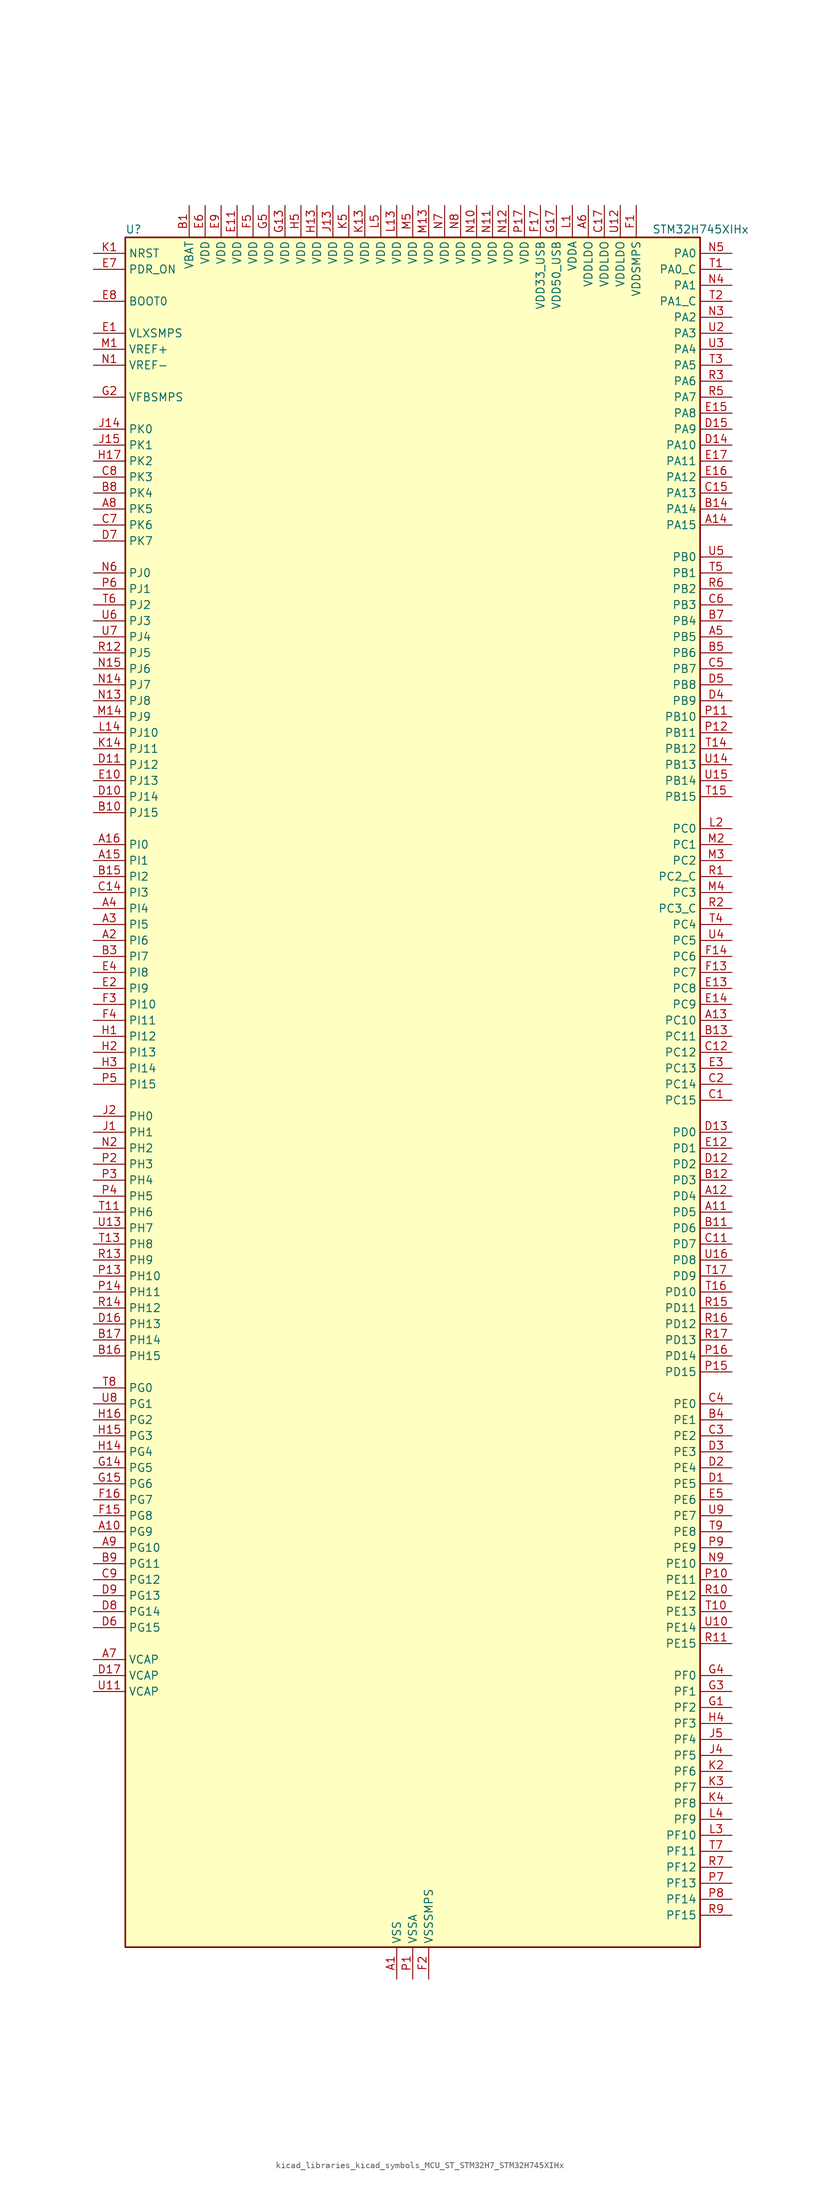
<source format=kicad_sym>
(kicad_symbol_lib
  (version 20220914)
  (generator kicad_symbol_editor)
  (symbol "kicad_libraries_kicad_symbols_MCU_ST_STM32H7_STM32H745XIHx"
    (property "Reference" "U"
      (at -45.72 138.43 0)
      (effects (font (size 1.27 1.27)) (justify left)))
    (property "Value" "STM32H745XIHx"
      (at 38.1 138.43 0)
      (effects (font (size 1.27 1.27)) (justify left)))
    (property "ki_locked" ""
      (at 0 0 0)
      (effects (font (size 1.27 1.27))))
    (symbol "kicad_libraries_kicad_symbols_MCU_ST_STM32H7_STM32H745XIHx_0_1"
      (rectangle (start -45.72 -134.62) (end 45.72 137.16) (stroke (width 0.254) (type default)) (fill (type background))))
    (symbol "kicad_libraries_kicad_symbols_MCU_ST_STM32H7_STM32H745XIHx_1_1"
      (pin power_in line (at -2.54 -139.7 90) (length 5.08) (name "VSS" (effects (font (size 1.27 1.27)))) (number "A1" (effects (font (size 1.27 1.27)))))
      (pin bidirectional line (at -50.8 -68.58 0) (length 5.08) (name "PG9" (effects (font (size 1.27 1.27)))) (number "A10" (effects (font (size 1.27 1.27)))) (alternate "DAC1_EXTI9" bidirectional line) (alternate "DCMI_VSYNC" bidirectional line) (alternate "FMC_NCE" bidirectional line) (alternate "FMC_NE2" bidirectional line) (alternate "I2S1_SDI" bidirectional line) (alternate "QUADSPI_BK2_IO2" bidirectional line) (alternate "SAI2_FS_B" bidirectional line) (alternate "SPDIFRX1_IN3" bidirectional line) (alternate "SPI1_MISO" bidirectional line) (alternate "USART6_RX" bidirectional line))
      (pin bidirectional line (at 50.8 -17.78 180) (length 5.08) (name "PD5" (effects (font (size 1.27 1.27)))) (number "A11" (effects (font (size 1.27 1.27)))) (alternate "FMC_NWE" bidirectional line) (alternate "HRTIM_EEV3" bidirectional line) (alternate "USART2_TX" bidirectional line))
      (pin bidirectional line (at 50.8 -15.24 180) (length 5.08) (name "PD4" (effects (font (size 1.27 1.27)))) (number "A12" (effects (font (size 1.27 1.27)))) (alternate "FMC_NOE" bidirectional line) (alternate "HRTIM_FLT3" bidirectional line) (alternate "SAI3_FS_A" bidirectional line) (alternate "USART2_DE" bidirectional line) (alternate "USART2_RTS" bidirectional line))
      (pin bidirectional line (at 50.8 12.7 180) (length 5.08) (name "PC10" (effects (font (size 1.27 1.27)))) (number "A13" (effects (font (size 1.27 1.27)))) (alternate "DCMI_D8" bidirectional line) (alternate "DFSDM1_CKIN5" bidirectional line) (alternate "HRTIM_EEV1" bidirectional line) (alternate "I2S3_CK" bidirectional line) (alternate "LTDC_R2" bidirectional line) (alternate "QUADSPI_BK1_IO1" bidirectional line) (alternate "SDMMC1_D2" bidirectional line) (alternate "SPI3_SCK" bidirectional line) (alternate "UART4_TX" bidirectional line) (alternate "USART3_TX" bidirectional line))
      (pin bidirectional line (at 50.8 91.44 180) (length 5.08) (name "PA15" (effects (font (size 1.27 1.27)))) (number "A14" (effects (font (size 1.27 1.27)))) (alternate "ADC1_EXTI15" bidirectional line) (alternate "ADC2_EXTI15" bidirectional line) (alternate "ADC3_EXTI15" bidirectional line) (alternate "CEC" bidirectional line) (alternate "DEBUG_JTDI" bidirectional line) (alternate "HRTIM_FLT1" bidirectional line) (alternate "I2S1_WS" bidirectional line) (alternate "I2S3_WS" bidirectional line) (alternate "SPI1_NSS" bidirectional line) (alternate "SPI3_NSS" bidirectional line) (alternate "SPI6_NSS" bidirectional line) (alternate "TIM2_CH1" bidirectional line) (alternate "TIM2_ETR" bidirectional line) (alternate "UART4_DE" bidirectional line) (alternate "UART4_RTS" bidirectional line) (alternate "UART7_TX" bidirectional line))
      (pin bidirectional line (at -50.8 38.1 0) (length 5.08) (name "PI1" (effects (font (size 1.27 1.27)))) (number "A15" (effects (font (size 1.27 1.27)))) (alternate "DCMI_D8" bidirectional line) (alternate "FMC_D25" bidirectional line) (alternate "I2S2_CK" bidirectional line) (alternate "LTDC_G6" bidirectional line) (alternate "SPI2_SCK" bidirectional line) (alternate "TIM8_BKIN2" bidirectional line) (alternate "TIM8_BKIN2_COMP1" bidirectional line) (alternate "TIM8_BKIN2_COMP2" bidirectional line))
      (pin bidirectional line (at -50.8 40.64 0) (length 5.08) (name "PI0" (effects (font (size 1.27 1.27)))) (number "A16" (effects (font (size 1.27 1.27)))) (alternate "DCMI_D13" bidirectional line) (alternate "FMC_D24" bidirectional line) (alternate "I2S2_WS" bidirectional line) (alternate "LTDC_G5" bidirectional line) (alternate "SPI2_NSS" bidirectional line) (alternate "TIM5_CH4" bidirectional line))
      (pin passive line (at -2.54 -139.7 90) (length 5.08) hide (name "VSS" (effects (font (size 1.27 1.27)))) (number "A17" (effects (font (size 1.27 1.27)))))
      (pin bidirectional line (at -50.8 25.4 0) (length 5.08) (name "PI6" (effects (font (size 1.27 1.27)))) (number "A2" (effects (font (size 1.27 1.27)))) (alternate "DCMI_D6" bidirectional line) (alternate "FMC_D28" bidirectional line) (alternate "LTDC_B6" bidirectional line) (alternate "SAI2_SD_A" bidirectional line) (alternate "TIM8_CH2" bidirectional line))
      (pin bidirectional line (at -50.8 27.94 0) (length 5.08) (name "PI5" (effects (font (size 1.27 1.27)))) (number "A3" (effects (font (size 1.27 1.27)))) (alternate "DCMI_VSYNC" bidirectional line) (alternate "FMC_NBL3" bidirectional line) (alternate "LTDC_B5" bidirectional line) (alternate "SAI2_SCK_A" bidirectional line) (alternate "TIM8_CH1" bidirectional line))
      (pin bidirectional line (at -50.8 30.48 0) (length 5.08) (name "PI4" (effects (font (size 1.27 1.27)))) (number "A4" (effects (font (size 1.27 1.27)))) (alternate "DCMI_D5" bidirectional line) (alternate "FMC_NBL2" bidirectional line) (alternate "LTDC_B4" bidirectional line) (alternate "SAI2_MCLK_A" bidirectional line) (alternate "TIM8_BKIN" bidirectional line) (alternate "TIM8_BKIN_COMP1" bidirectional line) (alternate "TIM8_BKIN_COMP2" bidirectional line))
      (pin bidirectional line (at 50.8 73.66 180) (length 5.08) (name "PB5" (effects (font (size 1.27 1.27)))) (number "A5" (effects (font (size 1.27 1.27)))) (alternate "DCMI_D10" bidirectional line) (alternate "ETH_PPS_OUT" bidirectional line) (alternate "FDCAN2_RX" bidirectional line) (alternate "FMC_SDCKE1" bidirectional line) (alternate "HRTIM_EEV7" bidirectional line) (alternate "I2C1_SMBA" bidirectional line) (alternate "I2C4_SMBA" bidirectional line) (alternate "I2S1_SDO" bidirectional line) (alternate "I2S3_SDO" bidirectional line) (alternate "SPI1_MOSI" bidirectional line) (alternate "SPI3_MOSI" bidirectional line) (alternate "SPI6_MOSI" bidirectional line) (alternate "TIM17_BKIN" bidirectional line) (alternate "TIM3_CH2" bidirectional line) (alternate "UART5_RX" bidirectional line) (alternate "USB_OTG_HS_ULPI_D7" bidirectional line))
      (pin power_in line (at 27.94 142.24 270) (length 5.08) (name "VDDLDO" (effects (font (size 1.27 1.27)))) (number "A6" (effects (font (size 1.27 1.27)))))
      (pin power_out line (at -50.8 -88.9 0) (length 5.08) (name "VCAP" (effects (font (size 1.27 1.27)))) (number "A7" (effects (font (size 1.27 1.27)))))
      (pin bidirectional line (at -50.8 93.98 0) (length 5.08) (name "PK5" (effects (font (size 1.27 1.27)))) (number "A8" (effects (font (size 1.27 1.27)))) (alternate "LTDC_B6" bidirectional line))
      (pin bidirectional line (at -50.8 -71.12 0) (length 5.08) (name "PG10" (effects (font (size 1.27 1.27)))) (number "A9" (effects (font (size 1.27 1.27)))) (alternate "DCMI_D2" bidirectional line) (alternate "FMC_NE3" bidirectional line) (alternate "HRTIM_FLT5" bidirectional line) (alternate "I2S1_WS" bidirectional line) (alternate "LTDC_B2" bidirectional line) (alternate "LTDC_G3" bidirectional line) (alternate "SAI2_SD_B" bidirectional line) (alternate "SPI1_NSS" bidirectional line))
      (pin power_in line (at -35.56 142.24 270) (length 5.08) (name "VBAT" (effects (font (size 1.27 1.27)))) (number "B1" (effects (font (size 1.27 1.27)))))
      (pin bidirectional line (at -50.8 45.72 0) (length 5.08) (name "PJ15" (effects (font (size 1.27 1.27)))) (number "B10" (effects (font (size 1.27 1.27)))) (alternate "ADC1_EXTI15" bidirectional line) (alternate "ADC2_EXTI15" bidirectional line) (alternate "ADC3_EXTI15" bidirectional line) (alternate "LTDC_B3" bidirectional line))
      (pin bidirectional line (at 50.8 -20.32 180) (length 5.08) (name "PD6" (effects (font (size 1.27 1.27)))) (number "B11" (effects (font (size 1.27 1.27)))) (alternate "DCMI_D10" bidirectional line) (alternate "DFSDM1_CKIN4" bidirectional line) (alternate "DFSDM1_DATIN1" bidirectional line) (alternate "FMC_NWAIT" bidirectional line) (alternate "I2S3_SDO" bidirectional line) (alternate "LTDC_B2" bidirectional line) (alternate "SAI1_D1" bidirectional line) (alternate "SAI1_SD_A" bidirectional line) (alternate "SAI4_D1" bidirectional line) (alternate "SAI4_SD_A" bidirectional line) (alternate "SDMMC2_CK" bidirectional line) (alternate "SPI3_MOSI" bidirectional line) (alternate "USART2_RX" bidirectional line))
      (pin bidirectional line (at 50.8 -12.7 180) (length 5.08) (name "PD3" (effects (font (size 1.27 1.27)))) (number "B12" (effects (font (size 1.27 1.27)))) (alternate "DCMI_D5" bidirectional line) (alternate "DFSDM1_CKOUT" bidirectional line) (alternate "FMC_CLK" bidirectional line) (alternate "I2S2_CK" bidirectional line) (alternate "LTDC_G7" bidirectional line) (alternate "SPI2_SCK" bidirectional line) (alternate "USART2_CTS" bidirectional line) (alternate "USART2_NSS" bidirectional line))
      (pin bidirectional line (at 50.8 10.16 180) (length 5.08) (name "PC11" (effects (font (size 1.27 1.27)))) (number "B13" (effects (font (size 1.27 1.27)))) (alternate "ADC1_EXTI11" bidirectional line) (alternate "ADC2_EXTI11" bidirectional line) (alternate "ADC3_EXTI11" bidirectional line) (alternate "DCMI_D4" bidirectional line) (alternate "DFSDM1_DATIN5" bidirectional line) (alternate "HRTIM_FLT2" bidirectional line) (alternate "I2S3_SDI" bidirectional line) (alternate "QUADSPI_BK2_NCS" bidirectional line) (alternate "SDMMC1_D3" bidirectional line) (alternate "SPI3_MISO" bidirectional line) (alternate "UART4_RX" bidirectional line) (alternate "USART3_RX" bidirectional line))
      (pin bidirectional line (at 50.8 93.98 180) (length 5.08) (name "PA14" (effects (font (size 1.27 1.27)))) (number "B14" (effects (font (size 1.27 1.27)))) (alternate "DEBUG_JTCK-SWCLK" bidirectional line))
      (pin bidirectional line (at -50.8 35.56 0) (length 5.08) (name "PI2" (effects (font (size 1.27 1.27)))) (number "B15" (effects (font (size 1.27 1.27)))) (alternate "DCMI_D9" bidirectional line) (alternate "FMC_D26" bidirectional line) (alternate "I2S2_SDI" bidirectional line) (alternate "LTDC_G7" bidirectional line) (alternate "SPI2_MISO" bidirectional line) (alternate "TIM8_CH4" bidirectional line))
      (pin bidirectional line (at -50.8 -40.64 0) (length 5.08) (name "PH15" (effects (font (size 1.27 1.27)))) (number "B16" (effects (font (size 1.27 1.27)))) (alternate "ADC1_EXTI15" bidirectional line) (alternate "ADC2_EXTI15" bidirectional line) (alternate "ADC3_EXTI15" bidirectional line) (alternate "DCMI_D11" bidirectional line) (alternate "FMC_D23" bidirectional line) (alternate "LTDC_G4" bidirectional line) (alternate "TIM8_CH3N" bidirectional line))
      (pin bidirectional line (at -50.8 -38.1 0) (length 5.08) (name "PH14" (effects (font (size 1.27 1.27)))) (number "B17" (effects (font (size 1.27 1.27)))) (alternate "DCMI_D4" bidirectional line) (alternate "FDCAN1_RX" bidirectional line) (alternate "FMC_D22" bidirectional line) (alternate "LTDC_G3" bidirectional line) (alternate "TIM8_CH2N" bidirectional line) (alternate "UART4_RX" bidirectional line))
      (pin passive line (at -2.54 -139.7 90) (length 5.08) hide (name "VSS" (effects (font (size 1.27 1.27)))) (number "B2" (effects (font (size 1.27 1.27)))))
      (pin bidirectional line (at -50.8 22.86 0) (length 5.08) (name "PI7" (effects (font (size 1.27 1.27)))) (number "B3" (effects (font (size 1.27 1.27)))) (alternate "DCMI_D7" bidirectional line) (alternate "FMC_D29" bidirectional line) (alternate "LTDC_B7" bidirectional line) (alternate "SAI2_FS_A" bidirectional line) (alternate "TIM8_CH3" bidirectional line))
      (pin bidirectional line (at 50.8 -50.8 180) (length 5.08) (name "PE1" (effects (font (size 1.27 1.27)))) (number "B4" (effects (font (size 1.27 1.27)))) (alternate "DCMI_D3" bidirectional line) (alternate "FMC_NBL1" bidirectional line) (alternate "HRTIM_SCOUT" bidirectional line) (alternate "LPTIM1_IN2" bidirectional line) (alternate "UART8_TX" bidirectional line))
      (pin bidirectional line (at 50.8 71.12 180) (length 5.08) (name "PB6" (effects (font (size 1.27 1.27)))) (number "B5" (effects (font (size 1.27 1.27)))) (alternate "CEC" bidirectional line) (alternate "DCMI_D5" bidirectional line) (alternate "DFSDM1_DATIN5" bidirectional line) (alternate "FDCAN2_TX" bidirectional line) (alternate "FMC_SDNE1" bidirectional line) (alternate "HRTIM_EEV8" bidirectional line) (alternate "I2C1_SCL" bidirectional line) (alternate "I2C4_SCL" bidirectional line) (alternate "LPUART1_TX" bidirectional line) (alternate "QUADSPI_BK1_NCS" bidirectional line) (alternate "TIM16_CH1N" bidirectional line) (alternate "TIM4_CH1" bidirectional line) (alternate "UART5_TX" bidirectional line) (alternate "USART1_TX" bidirectional line))
      (pin passive line (at -2.54 -139.7 90) (length 5.08) hide (name "VSS" (effects (font (size 1.27 1.27)))) (number "B6" (effects (font (size 1.27 1.27)))))
      (pin bidirectional line (at 50.8 76.2 180) (length 5.08) (name "PB4" (effects (font (size 1.27 1.27)))) (number "B7" (effects (font (size 1.27 1.27)))) (alternate "DEBUG_JTRST" bidirectional line) (alternate "HRTIM_EEV6" bidirectional line) (alternate "I2S1_SDI" bidirectional line) (alternate "I2S2_WS" bidirectional line) (alternate "I2S3_SDI" bidirectional line) (alternate "SDMMC2_D3" bidirectional line) (alternate "SPI1_MISO" bidirectional line) (alternate "SPI2_NSS" bidirectional line) (alternate "SPI3_MISO" bidirectional line) (alternate "SPI6_MISO" bidirectional line) (alternate "TIM16_BKIN" bidirectional line) (alternate "TIM3_CH1" bidirectional line) (alternate "UART7_TX" bidirectional line))
      (pin bidirectional line (at -50.8 96.52 0) (length 5.08) (name "PK4" (effects (font (size 1.27 1.27)))) (number "B8" (effects (font (size 1.27 1.27)))) (alternate "LTDC_B5" bidirectional line))
      (pin bidirectional line (at -50.8 -73.66 0) (length 5.08) (name "PG11" (effects (font (size 1.27 1.27)))) (number "B9" (effects (font (size 1.27 1.27)))) (alternate "ADC1_EXTI11" bidirectional line) (alternate "ADC2_EXTI11" bidirectional line) (alternate "ADC3_EXTI11" bidirectional line) (alternate "DCMI_D3" bidirectional line) (alternate "ETH_TX_EN" bidirectional line) (alternate "HRTIM_EEV4" bidirectional line) (alternate "I2S1_CK" bidirectional line) (alternate "LPTIM1_IN2" bidirectional line) (alternate "LTDC_B3" bidirectional line) (alternate "SDMMC2_D2" bidirectional line) (alternate "SPDIFRX1_IN0" bidirectional line) (alternate "SPI1_SCK" bidirectional line))
      (pin bidirectional line (at 50.8 0 180) (length 5.08) (name "PC15" (effects (font (size 1.27 1.27)))) (number "C1" (effects (font (size 1.27 1.27)))) (alternate "ADC1_EXTI15" bidirectional line) (alternate "ADC2_EXTI15" bidirectional line) (alternate "ADC3_EXTI15" bidirectional line) (alternate "RCC_OSC32_OUT" bidirectional line))
      (pin passive line (at -2.54 -139.7 90) (length 5.08) hide (name "VSS" (effects (font (size 1.27 1.27)))) (number "C10" (effects (font (size 1.27 1.27)))))
      (pin bidirectional line (at 50.8 -22.86 180) (length 5.08) (name "PD7" (effects (font (size 1.27 1.27)))) (number "C11" (effects (font (size 1.27 1.27)))) (alternate "DFSDM1_CKIN1" bidirectional line) (alternate "DFSDM1_DATIN4" bidirectional line) (alternate "FMC_NE1" bidirectional line) (alternate "I2S1_SDO" bidirectional line) (alternate "SDMMC2_CMD" bidirectional line) (alternate "SPDIFRX1_IN0" bidirectional line) (alternate "SPI1_MOSI" bidirectional line) (alternate "USART2_CK" bidirectional line))
      (pin bidirectional line (at 50.8 7.62 180) (length 5.08) (name "PC12" (effects (font (size 1.27 1.27)))) (number "C12" (effects (font (size 1.27 1.27)))) (alternate "DCMI_D9" bidirectional line) (alternate "DEBUG_TRACED3" bidirectional line) (alternate "HRTIM_EEV2" bidirectional line) (alternate "I2S3_SDO" bidirectional line) (alternate "SDMMC1_CK" bidirectional line) (alternate "SPI3_MOSI" bidirectional line) (alternate "UART5_TX" bidirectional line) (alternate "USART3_CK" bidirectional line))
      (pin passive line (at -2.54 -139.7 90) (length 5.08) hide (name "VSS" (effects (font (size 1.27 1.27)))) (number "C13" (effects (font (size 1.27 1.27)))))
      (pin bidirectional line (at -50.8 33.02 0) (length 5.08) (name "PI3" (effects (font (size 1.27 1.27)))) (number "C14" (effects (font (size 1.27 1.27)))) (alternate "DCMI_D10" bidirectional line) (alternate "FMC_D27" bidirectional line) (alternate "I2S2_SDO" bidirectional line) (alternate "SPI2_MOSI" bidirectional line) (alternate "TIM8_ETR" bidirectional line))
      (pin bidirectional line (at 50.8 96.52 180) (length 5.08) (name "PA13" (effects (font (size 1.27 1.27)))) (number "C15" (effects (font (size 1.27 1.27)))) (alternate "DEBUG_JTMS-SWDIO" bidirectional line))
      (pin passive line (at -2.54 -139.7 90) (length 5.08) hide (name "VSS" (effects (font (size 1.27 1.27)))) (number "C16" (effects (font (size 1.27 1.27)))))
      (pin power_in line (at 30.48 142.24 270) (length 5.08) (name "VDDLDO" (effects (font (size 1.27 1.27)))) (number "C17" (effects (font (size 1.27 1.27)))))
      (pin bidirectional line (at 50.8 2.54 180) (length 5.08) (name "PC14" (effects (font (size 1.27 1.27)))) (number "C2" (effects (font (size 1.27 1.27)))) (alternate "RCC_OSC32_IN" bidirectional line))
      (pin bidirectional line (at 50.8 -53.34 180) (length 5.08) (name "PE2" (effects (font (size 1.27 1.27)))) (number "C3" (effects (font (size 1.27 1.27)))) (alternate "DEBUG_TRACECLK" bidirectional line) (alternate "ETH_TXD3" bidirectional line) (alternate "FMC_A23" bidirectional line) (alternate "QUADSPI_BK1_IO2" bidirectional line) (alternate "SAI1_CK1" bidirectional line) (alternate "SAI1_MCLK_A" bidirectional line) (alternate "SAI4_CK1" bidirectional line) (alternate "SAI4_MCLK_A" bidirectional line) (alternate "SPI4_SCK" bidirectional line))
      (pin bidirectional line (at 50.8 -48.26 180) (length 5.08) (name "PE0" (effects (font (size 1.27 1.27)))) (number "C4" (effects (font (size 1.27 1.27)))) (alternate "DCMI_D2" bidirectional line) (alternate "FMC_NBL0" bidirectional line) (alternate "HRTIM_SCIN" bidirectional line) (alternate "LPTIM1_ETR" bidirectional line) (alternate "LPTIM2_ETR" bidirectional line) (alternate "SAI2_MCLK_A" bidirectional line) (alternate "TIM4_ETR" bidirectional line) (alternate "UART8_RX" bidirectional line))
      (pin bidirectional line (at 50.8 68.58 180) (length 5.08) (name "PB7" (effects (font (size 1.27 1.27)))) (number "C5" (effects (font (size 1.27 1.27)))) (alternate "DCMI_VSYNC" bidirectional line) (alternate "DFSDM1_CKIN5" bidirectional line) (alternate "FMC_NL" bidirectional line) (alternate "HRTIM_EEV9" bidirectional line) (alternate "I2C1_SDA" bidirectional line) (alternate "I2C4_SDA" bidirectional line) (alternate "LPUART1_RX" bidirectional line) (alternate "PWR_PVD_IN" bidirectional line) (alternate "TIM17_CH1N" bidirectional line) (alternate "TIM4_CH2" bidirectional line) (alternate "USART1_RX" bidirectional line))
      (pin bidirectional line (at 50.8 78.74 180) (length 5.08) (name "PB3" (effects (font (size 1.27 1.27)))) (number "C6" (effects (font (size 1.27 1.27)))) (alternate "CRS_SYNC" bidirectional line) (alternate "DEBUG_JTDO-SWO" bidirectional line) (alternate "HRTIM_FLT4" bidirectional line) (alternate "I2S1_CK" bidirectional line) (alternate "I2S3_CK" bidirectional line) (alternate "SDMMC2_D2" bidirectional line) (alternate "SPI1_SCK" bidirectional line) (alternate "SPI3_SCK" bidirectional line) (alternate "SPI6_SCK" bidirectional line) (alternate "TIM2_CH2" bidirectional line) (alternate "UART7_RX" bidirectional line))
      (pin bidirectional line (at -50.8 91.44 0) (length 5.08) (name "PK6" (effects (font (size 1.27 1.27)))) (number "C7" (effects (font (size 1.27 1.27)))) (alternate "LTDC_B7" bidirectional line))
      (pin bidirectional line (at -50.8 99.06 0) (length 5.08) (name "PK3" (effects (font (size 1.27 1.27)))) (number "C8" (effects (font (size 1.27 1.27)))) (alternate "LTDC_B4" bidirectional line))
      (pin bidirectional line (at -50.8 -76.2 0) (length 5.08) (name "PG12" (effects (font (size 1.27 1.27)))) (number "C9" (effects (font (size 1.27 1.27)))) (alternate "ETH_TXD1" bidirectional line) (alternate "FMC_NE4" bidirectional line) (alternate "HRTIM_EEV5" bidirectional line) (alternate "LPTIM1_IN1" bidirectional line) (alternate "LTDC_B1" bidirectional line) (alternate "LTDC_B4" bidirectional line) (alternate "SPDIFRX1_IN1" bidirectional line) (alternate "SPI6_MISO" bidirectional line) (alternate "USART6_DE" bidirectional line) (alternate "USART6_RTS" bidirectional line))
      (pin bidirectional line (at 50.8 -60.96 180) (length 5.08) (name "PE5" (effects (font (size 1.27 1.27)))) (number "D1" (effects (font (size 1.27 1.27)))) (alternate "DCMI_D6" bidirectional line) (alternate "DEBUG_TRACED2" bidirectional line) (alternate "DFSDM1_CKIN3" bidirectional line) (alternate "FMC_A21" bidirectional line) (alternate "LTDC_G0" bidirectional line) (alternate "SAI1_CK2" bidirectional line) (alternate "SAI1_SCK_A" bidirectional line) (alternate "SAI4_CK2" bidirectional line) (alternate "SAI4_SCK_A" bidirectional line) (alternate "SPI4_MISO" bidirectional line) (alternate "TIM15_CH1" bidirectional line))
      (pin bidirectional line (at -50.8 48.26 0) (length 5.08) (name "PJ14" (effects (font (size 1.27 1.27)))) (number "D10" (effects (font (size 1.27 1.27)))) (alternate "LTDC_B2" bidirectional line))
      (pin bidirectional line (at -50.8 53.34 0) (length 5.08) (name "PJ12" (effects (font (size 1.27 1.27)))) (number "D11" (effects (font (size 1.27 1.27)))) (alternate "DEBUG_TRGOUT" bidirectional line) (alternate "LTDC_B0" bidirectional line) (alternate "LTDC_G3" bidirectional line))
      (pin bidirectional line (at 50.8 -10.16 180) (length 5.08) (name "PD2" (effects (font (size 1.27 1.27)))) (number "D12" (effects (font (size 1.27 1.27)))) (alternate "DCMI_D11" bidirectional line) (alternate "DEBUG_TRACED2" bidirectional line) (alternate "SDMMC1_CMD" bidirectional line) (alternate "TIM3_ETR" bidirectional line) (alternate "UART5_RX" bidirectional line))
      (pin bidirectional line (at 50.8 -5.08 180) (length 5.08) (name "PD0" (effects (font (size 1.27 1.27)))) (number "D13" (effects (font (size 1.27 1.27)))) (alternate "DFSDM1_CKIN6" bidirectional line) (alternate "FDCAN1_RX" bidirectional line) (alternate "FMC_D2" bidirectional line) (alternate "FMC_DA2" bidirectional line) (alternate "SAI3_SCK_A" bidirectional line) (alternate "UART4_RX" bidirectional line))
      (pin bidirectional line (at 50.8 104.14 180) (length 5.08) (name "PA10" (effects (font (size 1.27 1.27)))) (number "D14" (effects (font (size 1.27 1.27)))) (alternate "DCMI_D1" bidirectional line) (alternate "HRTIM_CHC2" bidirectional line) (alternate "LPUART1_RX" bidirectional line) (alternate "LTDC_B1" bidirectional line) (alternate "LTDC_B4" bidirectional line) (alternate "MDIOS_MDIO" bidirectional line) (alternate "TIM1_CH3" bidirectional line) (alternate "USART1_RX" bidirectional line) (alternate "USB_OTG_FS_ID" bidirectional line))
      (pin bidirectional line (at 50.8 106.68 180) (length 5.08) (name "PA9" (effects (font (size 1.27 1.27)))) (number "D15" (effects (font (size 1.27 1.27)))) (alternate "DAC1_EXTI9" bidirectional line) (alternate "DCMI_D0" bidirectional line) (alternate "HRTIM_CHC1" bidirectional line) (alternate "I2C3_SMBA" bidirectional line) (alternate "I2S2_CK" bidirectional line) (alternate "LPUART1_TX" bidirectional line) (alternate "LTDC_R5" bidirectional line) (alternate "SPI2_SCK" bidirectional line) (alternate "TIM1_CH2" bidirectional line) (alternate "USART1_TX" bidirectional line) (alternate "USB_OTG_FS_VBUS" bidirectional line))
      (pin bidirectional line (at -50.8 -35.56 0) (length 5.08) (name "PH13" (effects (font (size 1.27 1.27)))) (number "D16" (effects (font (size 1.27 1.27)))) (alternate "FDCAN1_TX" bidirectional line) (alternate "FMC_D21" bidirectional line) (alternate "LTDC_G2" bidirectional line) (alternate "TIM8_CH1N" bidirectional line) (alternate "UART4_TX" bidirectional line))
      (pin power_out line (at -50.8 -91.44 0) (length 5.08) (name "VCAP" (effects (font (size 1.27 1.27)))) (number "D17" (effects (font (size 1.27 1.27)))))
      (pin bidirectional line (at 50.8 -58.42 180) (length 5.08) (name "PE4" (effects (font (size 1.27 1.27)))) (number "D2" (effects (font (size 1.27 1.27)))) (alternate "DCMI_D4" bidirectional line) (alternate "DEBUG_TRACED1" bidirectional line) (alternate "DFSDM1_DATIN3" bidirectional line) (alternate "FMC_A20" bidirectional line) (alternate "LTDC_B0" bidirectional line) (alternate "SAI1_D2" bidirectional line) (alternate "SAI1_FS_A" bidirectional line) (alternate "SAI4_D2" bidirectional line) (alternate "SAI4_FS_A" bidirectional line) (alternate "SPI4_NSS" bidirectional line) (alternate "TIM15_CH1N" bidirectional line))
      (pin bidirectional line (at 50.8 -55.88 180) (length 5.08) (name "PE3" (effects (font (size 1.27 1.27)))) (number "D3" (effects (font (size 1.27 1.27)))) (alternate "DEBUG_TRACED0" bidirectional line) (alternate "FMC_A19" bidirectional line) (alternate "SAI1_SD_B" bidirectional line) (alternate "SAI4_SD_B" bidirectional line) (alternate "TIM15_BKIN" bidirectional line))
      (pin bidirectional line (at 50.8 63.5 180) (length 5.08) (name "PB9" (effects (font (size 1.27 1.27)))) (number "D4" (effects (font (size 1.27 1.27)))) (alternate "DAC1_EXTI9" bidirectional line) (alternate "DCMI_D7" bidirectional line) (alternate "DFSDM1_DATIN7" bidirectional line) (alternate "FDCAN1_TX" bidirectional line) (alternate "I2C1_SDA" bidirectional line) (alternate "I2C4_SDA" bidirectional line) (alternate "I2C4_SMBA" bidirectional line) (alternate "I2S2_WS" bidirectional line) (alternate "LTDC_B7" bidirectional line) (alternate "SDMMC1_CDIR" bidirectional line) (alternate "SDMMC1_D5" bidirectional line) (alternate "SDMMC2_D5" bidirectional line) (alternate "SPI2_NSS" bidirectional line) (alternate "TIM17_CH1" bidirectional line) (alternate "TIM4_CH4" bidirectional line) (alternate "UART4_TX" bidirectional line))
      (pin bidirectional line (at 50.8 66.04 180) (length 5.08) (name "PB8" (effects (font (size 1.27 1.27)))) (number "D5" (effects (font (size 1.27 1.27)))) (alternate "DCMI_D6" bidirectional line) (alternate "DFSDM1_CKIN7" bidirectional line) (alternate "ETH_TXD3" bidirectional line) (alternate "FDCAN1_RX" bidirectional line) (alternate "I2C1_SCL" bidirectional line) (alternate "I2C4_SCL" bidirectional line) (alternate "LTDC_B6" bidirectional line) (alternate "SDMMC1_CKIN" bidirectional line) (alternate "SDMMC1_D4" bidirectional line) (alternate "SDMMC2_D4" bidirectional line) (alternate "TIM16_CH1" bidirectional line) (alternate "TIM4_CH3" bidirectional line) (alternate "UART4_RX" bidirectional line))
      (pin bidirectional line (at -50.8 -83.82 0) (length 5.08) (name "PG15" (effects (font (size 1.27 1.27)))) (number "D6" (effects (font (size 1.27 1.27)))) (alternate "ADC1_EXTI15" bidirectional line) (alternate "ADC2_EXTI15" bidirectional line) (alternate "ADC3_EXTI15" bidirectional line) (alternate "DCMI_D13" bidirectional line) (alternate "FMC_SDNCAS" bidirectional line) (alternate "USART6_CTS" bidirectional line) (alternate "USART6_NSS" bidirectional line))
      (pin bidirectional line (at -50.8 88.9 0) (length 5.08) (name "PK7" (effects (font (size 1.27 1.27)))) (number "D7" (effects (font (size 1.27 1.27)))) (alternate "LTDC_DE" bidirectional line))
      (pin bidirectional line (at -50.8 -81.28 0) (length 5.08) (name "PG14" (effects (font (size 1.27 1.27)))) (number "D8" (effects (font (size 1.27 1.27)))) (alternate "DEBUG_TRACED1" bidirectional line) (alternate "ETH_TXD1" bidirectional line) (alternate "FMC_A25" bidirectional line) (alternate "LPTIM1_ETR" bidirectional line) (alternate "LTDC_B0" bidirectional line) (alternate "QUADSPI_BK2_IO3" bidirectional line) (alternate "SPI6_MOSI" bidirectional line) (alternate "USART6_TX" bidirectional line))
      (pin bidirectional line (at -50.8 -78.74 0) (length 5.08) (name "PG13" (effects (font (size 1.27 1.27)))) (number "D9" (effects (font (size 1.27 1.27)))) (alternate "DEBUG_TRACED0" bidirectional line) (alternate "ETH_TXD0" bidirectional line) (alternate "FMC_A24" bidirectional line) (alternate "HRTIM_EEV10" bidirectional line) (alternate "LPTIM1_OUT" bidirectional line) (alternate "LTDC_R0" bidirectional line) (alternate "SPI6_SCK" bidirectional line) (alternate "USART6_CTS" bidirectional line) (alternate "USART6_NSS" bidirectional line))
      (pin power_in line (at -50.8 121.92 0) (length 5.08) (name "VLXSMPS" (effects (font (size 1.27 1.27)))) (number "E1" (effects (font (size 1.27 1.27)))))
      (pin bidirectional line (at -50.8 50.8 0) (length 5.08) (name "PJ13" (effects (font (size 1.27 1.27)))) (number "E10" (effects (font (size 1.27 1.27)))) (alternate "LTDC_B1" bidirectional line) (alternate "LTDC_B4" bidirectional line))
      (pin power_in line (at -27.94 142.24 270) (length 5.08) (name "VDD" (effects (font (size 1.27 1.27)))) (number "E11" (effects (font (size 1.27 1.27)))))
      (pin bidirectional line (at 50.8 -7.62 180) (length 5.08) (name "PD1" (effects (font (size 1.27 1.27)))) (number "E12" (effects (font (size 1.27 1.27)))) (alternate "DFSDM1_DATIN6" bidirectional line) (alternate "FDCAN1_TX" bidirectional line) (alternate "FMC_D3" bidirectional line) (alternate "FMC_DA3" bidirectional line) (alternate "SAI3_SD_A" bidirectional line) (alternate "UART4_TX" bidirectional line))
      (pin bidirectional line (at 50.8 17.78 180) (length 5.08) (name "PC8" (effects (font (size 1.27 1.27)))) (number "E13" (effects (font (size 1.27 1.27)))) (alternate "DCMI_D2" bidirectional line) (alternate "DEBUG_TRACED1" bidirectional line) (alternate "FMC_NCE" bidirectional line) (alternate "FMC_NE2" bidirectional line) (alternate "HRTIM_CHB1" bidirectional line) (alternate "SDMMC1_D0" bidirectional line) (alternate "SWPMI1_RX" bidirectional line) (alternate "TIM3_CH3" bidirectional line) (alternate "TIM8_CH3" bidirectional line) (alternate "UART5_DE" bidirectional line) (alternate "UART5_RTS" bidirectional line) (alternate "USART6_CK" bidirectional line))
      (pin bidirectional line (at 50.8 15.24 180) (length 5.08) (name "PC9" (effects (font (size 1.27 1.27)))) (number "E14" (effects (font (size 1.27 1.27)))) (alternate "DAC1_EXTI9" bidirectional line) (alternate "DCMI_D3" bidirectional line) (alternate "I2C3_SDA" bidirectional line) (alternate "I2S_CKIN" bidirectional line) (alternate "LTDC_B2" bidirectional line) (alternate "LTDC_G3" bidirectional line) (alternate "QUADSPI_BK1_IO0" bidirectional line) (alternate "RCC_MCO_2" bidirectional line) (alternate "SDMMC1_D1" bidirectional line) (alternate "SWPMI1_SUSPEND" bidirectional line) (alternate "TIM3_CH4" bidirectional line) (alternate "TIM8_CH4" bidirectional line) (alternate "UART5_CTS" bidirectional line))
      (pin bidirectional line (at 50.8 109.22 180) (length 5.08) (name "PA8" (effects (font (size 1.27 1.27)))) (number "E15" (effects (font (size 1.27 1.27)))) (alternate "HRTIM_CHB2" bidirectional line) (alternate "I2C3_SCL" bidirectional line) (alternate "LTDC_B3" bidirectional line) (alternate "LTDC_R6" bidirectional line) (alternate "RCC_MCO_1" bidirectional line) (alternate "TIM1_CH1" bidirectional line) (alternate "TIM8_BKIN2" bidirectional line) (alternate "TIM8_BKIN2_COMP1" bidirectional line) (alternate "TIM8_BKIN2_COMP2" bidirectional line) (alternate "UART7_RX" bidirectional line) (alternate "USART1_CK" bidirectional line) (alternate "USB_OTG_FS_SOF" bidirectional line))
      (pin bidirectional line (at 50.8 99.06 180) (length 5.08) (name "PA12" (effects (font (size 1.27 1.27)))) (number "E16" (effects (font (size 1.27 1.27)))) (alternate "FDCAN1_TX" bidirectional line) (alternate "HRTIM_CHD2" bidirectional line) (alternate "I2S2_CK" bidirectional line) (alternate "LPUART1_DE" bidirectional line) (alternate "LPUART1_RTS" bidirectional line) (alternate "LTDC_R5" bidirectional line) (alternate "SAI2_FS_B" bidirectional line) (alternate "SPI2_SCK" bidirectional line) (alternate "TIM1_ETR" bidirectional line) (alternate "UART4_TX" bidirectional line) (alternate "USART1_DE" bidirectional line) (alternate "USART1_RTS" bidirectional line) (alternate "USB_OTG_FS_DP" bidirectional line))
      (pin bidirectional line (at 50.8 101.6 180) (length 5.08) (name "PA11" (effects (font (size 1.27 1.27)))) (number "E17" (effects (font (size 1.27 1.27)))) (alternate "ADC1_EXTI11" bidirectional line) (alternate "ADC2_EXTI11" bidirectional line) (alternate "ADC3_EXTI11" bidirectional line) (alternate "FDCAN1_RX" bidirectional line) (alternate "HRTIM_CHD1" bidirectional line) (alternate "I2S2_WS" bidirectional line) (alternate "LPUART1_CTS" bidirectional line) (alternate "LTDC_R4" bidirectional line) (alternate "SPI2_NSS" bidirectional line) (alternate "TIM1_CH4" bidirectional line) (alternate "UART4_RX" bidirectional line) (alternate "USART1_CTS" bidirectional line) (alternate "USART1_NSS" bidirectional line) (alternate "USB_OTG_FS_DM" bidirectional line))
      (pin bidirectional line (at -50.8 17.78 0) (length 5.08) (name "PI9" (effects (font (size 1.27 1.27)))) (number "E2" (effects (font (size 1.27 1.27)))) (alternate "DAC1_EXTI9" bidirectional line) (alternate "FDCAN1_RX" bidirectional line) (alternate "FMC_D30" bidirectional line) (alternate "LTDC_VSYNC" bidirectional line) (alternate "UART4_RX" bidirectional line))
      (pin bidirectional line (at 50.8 5.08 180) (length 5.08) (name "PC13" (effects (font (size 1.27 1.27)))) (number "E3" (effects (font (size 1.27 1.27)))) (alternate "PWR_WKUP2" bidirectional line) (alternate "RTC_OUT_ALARM" bidirectional line) (alternate "RTC_OUT_CALIB" bidirectional line) (alternate "RTC_TAMP1" bidirectional line) (alternate "RTC_TS" bidirectional line))
      (pin bidirectional line (at -50.8 20.32 0) (length 5.08) (name "PI8" (effects (font (size 1.27 1.27)))) (number "E4" (effects (font (size 1.27 1.27)))) (alternate "PWR_WKUP3" bidirectional line) (alternate "RTC_TAMP2" bidirectional line))
      (pin bidirectional line (at 50.8 -63.5 180) (length 5.08) (name "PE6" (effects (font (size 1.27 1.27)))) (number "E5" (effects (font (size 1.27 1.27)))) (alternate "DCMI_D7" bidirectional line) (alternate "DEBUG_TRACED3" bidirectional line) (alternate "FMC_A22" bidirectional line) (alternate "LTDC_G1" bidirectional line) (alternate "SAI1_D1" bidirectional line) (alternate "SAI1_SD_A" bidirectional line) (alternate "SAI2_MCLK_B" bidirectional line) (alternate "SAI4_D1" bidirectional line) (alternate "SAI4_SD_A" bidirectional line) (alternate "SPI4_MOSI" bidirectional line) (alternate "TIM15_CH2" bidirectional line) (alternate "TIM1_BKIN2" bidirectional line) (alternate "TIM1_BKIN2_COMP1" bidirectional line) (alternate "TIM1_BKIN2_COMP2" bidirectional line))
      (pin power_in line (at -33.02 142.24 270) (length 5.08) (name "VDD" (effects (font (size 1.27 1.27)))) (number "E6" (effects (font (size 1.27 1.27)))))
      (pin input line (at -50.8 132.08 0) (length 5.08) (name "PDR_ON" (effects (font (size 1.27 1.27)))) (number "E7" (effects (font (size 1.27 1.27)))))
      (pin input line (at -50.8 127 0) (length 5.08) (name "BOOT0" (effects (font (size 1.27 1.27)))) (number "E8" (effects (font (size 1.27 1.27)))))
      (pin power_in line (at -30.48 142.24 270) (length 5.08) (name "VDD" (effects (font (size 1.27 1.27)))) (number "E9" (effects (font (size 1.27 1.27)))))
      (pin power_in line (at 35.56 142.24 270) (length 5.08) (name "VDDSMPS" (effects (font (size 1.27 1.27)))) (number "F1" (effects (font (size 1.27 1.27)))))
      (pin bidirectional line (at 50.8 20.32 180) (length 5.08) (name "PC7" (effects (font (size 1.27 1.27)))) (number "F13" (effects (font (size 1.27 1.27)))) (alternate "DCMI_D1" bidirectional line) (alternate "DEBUG_TRGIO" bidirectional line) (alternate "DFSDM1_DATIN3" bidirectional line) (alternate "FMC_NE1" bidirectional line) (alternate "HRTIM_CHA2" bidirectional line) (alternate "I2S3_MCK" bidirectional line) (alternate "LTDC_G6" bidirectional line) (alternate "SDMMC1_D123DIR" bidirectional line) (alternate "SDMMC1_D7" bidirectional line) (alternate "SDMMC2_D7" bidirectional line) (alternate "SWPMI1_TX" bidirectional line) (alternate "TIM3_CH2" bidirectional line) (alternate "TIM8_CH2" bidirectional line) (alternate "USART6_RX" bidirectional line))
      (pin bidirectional line (at 50.8 22.86 180) (length 5.08) (name "PC6" (effects (font (size 1.27 1.27)))) (number "F14" (effects (font (size 1.27 1.27)))) (alternate "DCMI_D0" bidirectional line) (alternate "DFSDM1_CKIN3" bidirectional line) (alternate "FMC_NWAIT" bidirectional line) (alternate "HRTIM_CHA1" bidirectional line) (alternate "I2S2_MCK" bidirectional line) (alternate "LTDC_HSYNC" bidirectional line) (alternate "SDMMC1_D0DIR" bidirectional line) (alternate "SDMMC1_D6" bidirectional line) (alternate "SDMMC2_D6" bidirectional line) (alternate "SWPMI1_IO" bidirectional line) (alternate "TIM3_CH1" bidirectional line) (alternate "TIM8_CH1" bidirectional line) (alternate "USART6_TX" bidirectional line))
      (pin bidirectional line (at -50.8 -66.04 0) (length 5.08) (name "PG8" (effects (font (size 1.27 1.27)))) (number "F15" (effects (font (size 1.27 1.27)))) (alternate "ETH_PPS_OUT" bidirectional line) (alternate "FMC_SDCLK" bidirectional line) (alternate "LTDC_G7" bidirectional line) (alternate "SPDIFRX1_IN2" bidirectional line) (alternate "SPI6_NSS" bidirectional line) (alternate "TIM8_ETR" bidirectional line) (alternate "USART6_DE" bidirectional line) (alternate "USART6_RTS" bidirectional line))
      (pin bidirectional line (at -50.8 -63.5 0) (length 5.08) (name "PG7" (effects (font (size 1.27 1.27)))) (number "F16" (effects (font (size 1.27 1.27)))) (alternate "DCMI_D13" bidirectional line) (alternate "FMC_INT" bidirectional line) (alternate "HRTIM_CHE2" bidirectional line) (alternate "LTDC_CLK" bidirectional line) (alternate "SAI1_MCLK_A" bidirectional line) (alternate "USART6_CK" bidirectional line))
      (pin power_in line (at 20.32 142.24 270) (length 5.08) (name "VDD33_USB" (effects (font (size 1.27 1.27)))) (number "F17" (effects (font (size 1.27 1.27)))))
      (pin power_in line (at 2.54 -139.7 90) (length 5.08) (name "VSSSMPS" (effects (font (size 1.27 1.27)))) (number "F2" (effects (font (size 1.27 1.27)))))
      (pin bidirectional line (at -50.8 15.24 0) (length 5.08) (name "PI10" (effects (font (size 1.27 1.27)))) (number "F3" (effects (font (size 1.27 1.27)))) (alternate "ETH_RX_ER" bidirectional line) (alternate "FMC_D31" bidirectional line) (alternate "LTDC_HSYNC" bidirectional line))
      (pin bidirectional line (at -50.8 12.7 0) (length 5.08) (name "PI11" (effects (font (size 1.27 1.27)))) (number "F4" (effects (font (size 1.27 1.27)))) (alternate "ADC1_EXTI11" bidirectional line) (alternate "ADC2_EXTI11" bidirectional line) (alternate "ADC3_EXTI11" bidirectional line) (alternate "LTDC_G6" bidirectional line) (alternate "PWR_WKUP4" bidirectional line) (alternate "USB_OTG_HS_ULPI_DIR" bidirectional line))
      (pin power_in line (at -25.4 142.24 270) (length 5.08) (name "VDD" (effects (font (size 1.27 1.27)))) (number "F5" (effects (font (size 1.27 1.27)))))
      (pin bidirectional line (at 50.8 -96.52 180) (length 5.08) (name "PF2" (effects (font (size 1.27 1.27)))) (number "G1" (effects (font (size 1.27 1.27)))) (alternate "FMC_A2" bidirectional line) (alternate "I2C2_SMBA" bidirectional line))
      (pin passive line (at -2.54 -139.7 90) (length 5.08) hide (name "VSS" (effects (font (size 1.27 1.27)))) (number "G10" (effects (font (size 1.27 1.27)))))
      (pin passive line (at -2.54 -139.7 90) (length 5.08) hide (name "VSS" (effects (font (size 1.27 1.27)))) (number "G11" (effects (font (size 1.27 1.27)))))
      (pin power_in line (at -20.32 142.24 270) (length 5.08) (name "VDD" (effects (font (size 1.27 1.27)))) (number "G13" (effects (font (size 1.27 1.27)))))
      (pin bidirectional line (at -50.8 -58.42 0) (length 5.08) (name "PG5" (effects (font (size 1.27 1.27)))) (number "G14" (effects (font (size 1.27 1.27)))) (alternate "FMC_A15" bidirectional line) (alternate "FMC_BA1" bidirectional line) (alternate "TIM1_ETR" bidirectional line))
      (pin bidirectional line (at -50.8 -60.96 0) (length 5.08) (name "PG6" (effects (font (size 1.27 1.27)))) (number "G15" (effects (font (size 1.27 1.27)))) (alternate "DCMI_D12" bidirectional line) (alternate "FMC_NE3" bidirectional line) (alternate "HRTIM_CHE1" bidirectional line) (alternate "LTDC_R7" bidirectional line) (alternate "QUADSPI_BK1_NCS" bidirectional line) (alternate "TIM17_BKIN" bidirectional line))
      (pin passive line (at -2.54 -139.7 90) (length 5.08) hide (name "VSS" (effects (font (size 1.27 1.27)))) (number "G16" (effects (font (size 1.27 1.27)))))
      (pin power_in line (at 22.86 142.24 270) (length 5.08) (name "VDD50_USB" (effects (font (size 1.27 1.27)))) (number "G17" (effects (font (size 1.27 1.27)))))
      (pin input line (at -50.8 111.76 0) (length 5.08) (name "VFBSMPS" (effects (font (size 1.27 1.27)))) (number "G2" (effects (font (size 1.27 1.27)))))
      (pin bidirectional line (at 50.8 -93.98 180) (length 5.08) (name "PF1" (effects (font (size 1.27 1.27)))) (number "G3" (effects (font (size 1.27 1.27)))) (alternate "FMC_A1" bidirectional line) (alternate "I2C2_SCL" bidirectional line))
      (pin bidirectional line (at 50.8 -91.44 180) (length 5.08) (name "PF0" (effects (font (size 1.27 1.27)))) (number "G4" (effects (font (size 1.27 1.27)))) (alternate "FMC_A0" bidirectional line) (alternate "I2C2_SDA" bidirectional line))
      (pin power_in line (at -22.86 142.24 270) (length 5.08) (name "VDD" (effects (font (size 1.27 1.27)))) (number "G5" (effects (font (size 1.27 1.27)))))
      (pin passive line (at -2.54 -139.7 90) (length 5.08) hide (name "VSS" (effects (font (size 1.27 1.27)))) (number "G7" (effects (font (size 1.27 1.27)))))
      (pin passive line (at -2.54 -139.7 90) (length 5.08) hide (name "VSS" (effects (font (size 1.27 1.27)))) (number "G8" (effects (font (size 1.27 1.27)))))
      (pin passive line (at -2.54 -139.7 90) (length 5.08) hide (name "VSS" (effects (font (size 1.27 1.27)))) (number "G9" (effects (font (size 1.27 1.27)))))
      (pin bidirectional line (at -50.8 10.16 0) (length 5.08) (name "PI12" (effects (font (size 1.27 1.27)))) (number "H1" (effects (font (size 1.27 1.27)))) (alternate "LTDC_HSYNC" bidirectional line))
      (pin passive line (at -2.54 -139.7 90) (length 5.08) hide (name "VSS" (effects (font (size 1.27 1.27)))) (number "H10" (effects (font (size 1.27 1.27)))))
      (pin passive line (at -2.54 -139.7 90) (length 5.08) hide (name "VSS" (effects (font (size 1.27 1.27)))) (number "H11" (effects (font (size 1.27 1.27)))))
      (pin power_in line (at -15.24 142.24 270) (length 5.08) (name "VDD" (effects (font (size 1.27 1.27)))) (number "H13" (effects (font (size 1.27 1.27)))))
      (pin bidirectional line (at -50.8 -55.88 0) (length 5.08) (name "PG4" (effects (font (size 1.27 1.27)))) (number "H14" (effects (font (size 1.27 1.27)))) (alternate "FMC_A14" bidirectional line) (alternate "FMC_BA0" bidirectional line) (alternate "TIM1_BKIN2" bidirectional line) (alternate "TIM1_BKIN2_COMP1" bidirectional line) (alternate "TIM1_BKIN2_COMP2" bidirectional line))
      (pin bidirectional line (at -50.8 -53.34 0) (length 5.08) (name "PG3" (effects (font (size 1.27 1.27)))) (number "H15" (effects (font (size 1.27 1.27)))) (alternate "FMC_A13" bidirectional line) (alternate "TIM8_BKIN2" bidirectional line) (alternate "TIM8_BKIN2_COMP1" bidirectional line) (alternate "TIM8_BKIN2_COMP2" bidirectional line))
      (pin bidirectional line (at -50.8 -50.8 0) (length 5.08) (name "PG2" (effects (font (size 1.27 1.27)))) (number "H16" (effects (font (size 1.27 1.27)))) (alternate "FMC_A12" bidirectional line) (alternate "TIM8_BKIN" bidirectional line) (alternate "TIM8_BKIN_COMP1" bidirectional line) (alternate "TIM8_BKIN_COMP2" bidirectional line))
      (pin bidirectional line (at -50.8 101.6 0) (length 5.08) (name "PK2" (effects (font (size 1.27 1.27)))) (number "H17" (effects (font (size 1.27 1.27)))) (alternate "LTDC_G7" bidirectional line) (alternate "TIM1_BKIN" bidirectional line) (alternate "TIM1_BKIN_COMP1" bidirectional line) (alternate "TIM1_BKIN_COMP2" bidirectional line) (alternate "TIM8_BKIN" bidirectional line) (alternate "TIM8_BKIN_COMP1" bidirectional line) (alternate "TIM8_BKIN_COMP2" bidirectional line))
      (pin bidirectional line (at -50.8 7.62 0) (length 5.08) (name "PI13" (effects (font (size 1.27 1.27)))) (number "H2" (effects (font (size 1.27 1.27)))) (alternate "LTDC_VSYNC" bidirectional line))
      (pin bidirectional line (at -50.8 5.08 0) (length 5.08) (name "PI14" (effects (font (size 1.27 1.27)))) (number "H3" (effects (font (size 1.27 1.27)))) (alternate "LTDC_CLK" bidirectional line))
      (pin bidirectional line (at 50.8 -99.06 180) (length 5.08) (name "PF3" (effects (font (size 1.27 1.27)))) (number "H4" (effects (font (size 1.27 1.27)))) (alternate "ADC3_INP5" bidirectional line) (alternate "FMC_A3" bidirectional line))
      (pin power_in line (at -17.78 142.24 270) (length 5.08) (name "VDD" (effects (font (size 1.27 1.27)))) (number "H5" (effects (font (size 1.27 1.27)))))
      (pin passive line (at -2.54 -139.7 90) (length 5.08) hide (name "VSS" (effects (font (size 1.27 1.27)))) (number "H7" (effects (font (size 1.27 1.27)))))
      (pin passive line (at -2.54 -139.7 90) (length 5.08) hide (name "VSS" (effects (font (size 1.27 1.27)))) (number "H8" (effects (font (size 1.27 1.27)))))
      (pin passive line (at -2.54 -139.7 90) (length 5.08) hide (name "VSS" (effects (font (size 1.27 1.27)))) (number "H9" (effects (font (size 1.27 1.27)))))
      (pin bidirectional line (at -50.8 -5.08 0) (length 5.08) (name "PH1" (effects (font (size 1.27 1.27)))) (number "J1" (effects (font (size 1.27 1.27)))) (alternate "RCC_OSC_OUT" bidirectional line))
      (pin passive line (at -2.54 -139.7 90) (length 5.08) hide (name "VSS" (effects (font (size 1.27 1.27)))) (number "J10" (effects (font (size 1.27 1.27)))))
      (pin passive line (at -2.54 -139.7 90) (length 5.08) hide (name "VSS" (effects (font (size 1.27 1.27)))) (number "J11" (effects (font (size 1.27 1.27)))))
      (pin power_in line (at -12.7 142.24 270) (length 5.08) (name "VDD" (effects (font (size 1.27 1.27)))) (number "J13" (effects (font (size 1.27 1.27)))))
      (pin bidirectional line (at -50.8 106.68 0) (length 5.08) (name "PK0" (effects (font (size 1.27 1.27)))) (number "J14" (effects (font (size 1.27 1.27)))) (alternate "LTDC_G5" bidirectional line) (alternate "SPI5_SCK" bidirectional line) (alternate "TIM1_CH1N" bidirectional line) (alternate "TIM8_CH3" bidirectional line))
      (pin bidirectional line (at -50.8 104.14 0) (length 5.08) (name "PK1" (effects (font (size 1.27 1.27)))) (number "J15" (effects (font (size 1.27 1.27)))) (alternate "LTDC_G6" bidirectional line) (alternate "SPI5_NSS" bidirectional line) (alternate "TIM1_CH1" bidirectional line) (alternate "TIM8_CH3N" bidirectional line))
      (pin passive line (at -2.54 -139.7 90) (length 5.08) hide (name "VSS" (effects (font (size 1.27 1.27)))) (number "J16" (effects (font (size 1.27 1.27)))))
      (pin passive line (at -2.54 -139.7 90) (length 5.08) hide (name "VSS" (effects (font (size 1.27 1.27)))) (number "J17" (effects (font (size 1.27 1.27)))))
      (pin bidirectional line (at -50.8 -2.54 0) (length 5.08) (name "PH0" (effects (font (size 1.27 1.27)))) (number "J2" (effects (font (size 1.27 1.27)))) (alternate "RCC_OSC_IN" bidirectional line))
      (pin passive line (at -2.54 -139.7 90) (length 5.08) hide (name "VSS" (effects (font (size 1.27 1.27)))) (number "J3" (effects (font (size 1.27 1.27)))))
      (pin bidirectional line (at 50.8 -104.14 180) (length 5.08) (name "PF5" (effects (font (size 1.27 1.27)))) (number "J4" (effects (font (size 1.27 1.27)))) (alternate "ADC3_INP4" bidirectional line) (alternate "FMC_A5" bidirectional line))
      (pin bidirectional line (at 50.8 -101.6 180) (length 5.08) (name "PF4" (effects (font (size 1.27 1.27)))) (number "J5" (effects (font (size 1.27 1.27)))) (alternate "ADC3_INN5" bidirectional line) (alternate "ADC3_INP9" bidirectional line) (alternate "FMC_A4" bidirectional line))
      (pin passive line (at -2.54 -139.7 90) (length 5.08) hide (name "VSS" (effects (font (size 1.27 1.27)))) (number "J7" (effects (font (size 1.27 1.27)))))
      (pin passive line (at -2.54 -139.7 90) (length 5.08) hide (name "VSS" (effects (font (size 1.27 1.27)))) (number "J8" (effects (font (size 1.27 1.27)))))
      (pin passive line (at -2.54 -139.7 90) (length 5.08) hide (name "VSS" (effects (font (size 1.27 1.27)))) (number "J9" (effects (font (size 1.27 1.27)))))
      (pin input line (at -50.8 134.62 0) (length 5.08) (name "NRST" (effects (font (size 1.27 1.27)))) (number "K1" (effects (font (size 1.27 1.27)))))
      (pin passive line (at -2.54 -139.7 90) (length 5.08) hide (name "VSS" (effects (font (size 1.27 1.27)))) (number "K10" (effects (font (size 1.27 1.27)))))
      (pin passive line (at -2.54 -139.7 90) (length 5.08) hide (name "VSS" (effects (font (size 1.27 1.27)))) (number "K11" (effects (font (size 1.27 1.27)))))
      (pin power_in line (at -7.62 142.24 270) (length 5.08) (name "VDD" (effects (font (size 1.27 1.27)))) (number "K13" (effects (font (size 1.27 1.27)))))
      (pin bidirectional line (at -50.8 55.88 0) (length 5.08) (name "PJ11" (effects (font (size 1.27 1.27)))) (number "K14" (effects (font (size 1.27 1.27)))) (alternate "ADC1_EXTI11" bidirectional line) (alternate "ADC2_EXTI11" bidirectional line) (alternate "ADC3_EXTI11" bidirectional line) (alternate "LTDC_G4" bidirectional line) (alternate "SPI5_MISO" bidirectional line) (alternate "TIM1_CH2" bidirectional line) (alternate "TIM8_CH2N" bidirectional line))
      (pin passive line (at -2.54 -139.7 90) (length 5.08) hide (name "VSS" (effects (font (size 1.27 1.27)))) (number "K15" (effects (font (size 1.27 1.27)))))
      (pin no_connect line (at -45.72 -134.62 0) (length 5.08) hide (name "NC" (effects (font (size 1.27 1.27)))) (number "K16" (effects (font (size 1.27 1.27)))))
      (pin no_connect line (at -45.72 -132.08 0) (length 5.08) hide (name "NC" (effects (font (size 1.27 1.27)))) (number "K17" (effects (font (size 1.27 1.27)))))
      (pin bidirectional line (at 50.8 -106.68 180) (length 5.08) (name "PF6" (effects (font (size 1.27 1.27)))) (number "K2" (effects (font (size 1.27 1.27)))) (alternate "ADC3_INN4" bidirectional line) (alternate "ADC3_INP8" bidirectional line) (alternate "QUADSPI_BK1_IO3" bidirectional line) (alternate "SAI1_SD_B" bidirectional line) (alternate "SAI4_SD_B" bidirectional line) (alternate "SPI5_NSS" bidirectional line) (alternate "TIM16_CH1" bidirectional line) (alternate "UART7_RX" bidirectional line))
      (pin bidirectional line (at 50.8 -109.22 180) (length 5.08) (name "PF7" (effects (font (size 1.27 1.27)))) (number "K3" (effects (font (size 1.27 1.27)))) (alternate "ADC3_INP3" bidirectional line) (alternate "QUADSPI_BK1_IO2" bidirectional line) (alternate "SAI1_MCLK_B" bidirectional line) (alternate "SAI4_MCLK_B" bidirectional line) (alternate "SPI5_SCK" bidirectional line) (alternate "TIM17_CH1" bidirectional line) (alternate "UART7_TX" bidirectional line))
      (pin bidirectional line (at 50.8 -111.76 180) (length 5.08) (name "PF8" (effects (font (size 1.27 1.27)))) (number "K4" (effects (font (size 1.27 1.27)))) (alternate "ADC3_INN3" bidirectional line) (alternate "ADC3_INP7" bidirectional line) (alternate "QUADSPI_BK1_IO0" bidirectional line) (alternate "SAI1_SCK_B" bidirectional line) (alternate "SAI4_SCK_B" bidirectional line) (alternate "SPI5_MISO" bidirectional line) (alternate "TIM13_CH1" bidirectional line) (alternate "TIM16_CH1N" bidirectional line) (alternate "UART7_DE" bidirectional line) (alternate "UART7_RTS" bidirectional line))
      (pin power_in line (at -10.16 142.24 270) (length 5.08) (name "VDD" (effects (font (size 1.27 1.27)))) (number "K5" (effects (font (size 1.27 1.27)))))
      (pin passive line (at -2.54 -139.7 90) (length 5.08) hide (name "VSS" (effects (font (size 1.27 1.27)))) (number "K7" (effects (font (size 1.27 1.27)))))
      (pin passive line (at -2.54 -139.7 90) (length 5.08) hide (name "VSS" (effects (font (size 1.27 1.27)))) (number "K8" (effects (font (size 1.27 1.27)))))
      (pin passive line (at -2.54 -139.7 90) (length 5.08) hide (name "VSS" (effects (font (size 1.27 1.27)))) (number "K9" (effects (font (size 1.27 1.27)))))
      (pin power_in line (at 25.4 142.24 270) (length 5.08) (name "VDDA" (effects (font (size 1.27 1.27)))) (number "L1" (effects (font (size 1.27 1.27)))))
      (pin passive line (at -2.54 -139.7 90) (length 5.08) hide (name "VSS" (effects (font (size 1.27 1.27)))) (number "L10" (effects (font (size 1.27 1.27)))))
      (pin passive line (at -2.54 -139.7 90) (length 5.08) hide (name "VSS" (effects (font (size 1.27 1.27)))) (number "L11" (effects (font (size 1.27 1.27)))))
      (pin power_in line (at -2.54 142.24 270) (length 5.08) (name "VDD" (effects (font (size 1.27 1.27)))) (number "L13" (effects (font (size 1.27 1.27)))))
      (pin bidirectional line (at -50.8 58.42 0) (length 5.08) (name "PJ10" (effects (font (size 1.27 1.27)))) (number "L14" (effects (font (size 1.27 1.27)))) (alternate "LTDC_G3" bidirectional line) (alternate "SPI5_MOSI" bidirectional line) (alternate "TIM1_CH2N" bidirectional line) (alternate "TIM8_CH2" bidirectional line))
      (pin passive line (at -2.54 -139.7 90) (length 5.08) hide (name "VSS" (effects (font (size 1.27 1.27)))) (number "L15" (effects (font (size 1.27 1.27)))))
      (pin no_connect line (at -45.72 -129.54 0) (length 5.08) hide (name "NC" (effects (font (size 1.27 1.27)))) (number "L16" (effects (font (size 1.27 1.27)))))
      (pin no_connect line (at -45.72 -127 0) (length 5.08) hide (name "NC" (effects (font (size 1.27 1.27)))) (number "L17" (effects (font (size 1.27 1.27)))))
      (pin bidirectional line (at 50.8 43.18 180) (length 5.08) (name "PC0" (effects (font (size 1.27 1.27)))) (number "L2" (effects (font (size 1.27 1.27)))) (alternate "ADC1_INP10" bidirectional line) (alternate "ADC2_INP10" bidirectional line) (alternate "ADC3_INP10" bidirectional line) (alternate "DFSDM1_CKIN0" bidirectional line) (alternate "DFSDM1_DATIN4" bidirectional line) (alternate "FMC_SDNWE" bidirectional line) (alternate "LTDC_R5" bidirectional line) (alternate "SAI2_FS_B" bidirectional line) (alternate "USB_OTG_HS_ULPI_STP" bidirectional line))
      (pin bidirectional line (at 50.8 -116.84 180) (length 5.08) (name "PF10" (effects (font (size 1.27 1.27)))) (number "L3" (effects (font (size 1.27 1.27)))) (alternate "ADC3_INN2" bidirectional line) (alternate "ADC3_INP6" bidirectional line) (alternate "DCMI_D11" bidirectional line) (alternate "LTDC_DE" bidirectional line) (alternate "QUADSPI_CLK" bidirectional line) (alternate "SAI1_D3" bidirectional line) (alternate "SAI4_D3" bidirectional line) (alternate "TIM16_BKIN" bidirectional line))
      (pin bidirectional line (at 50.8 -114.3 180) (length 5.08) (name "PF9" (effects (font (size 1.27 1.27)))) (number "L4" (effects (font (size 1.27 1.27)))) (alternate "ADC3_INP2" bidirectional line) (alternate "DAC1_EXTI9" bidirectional line) (alternate "QUADSPI_BK1_IO1" bidirectional line) (alternate "SAI1_FS_B" bidirectional line) (alternate "SAI4_FS_B" bidirectional line) (alternate "SPI5_MOSI" bidirectional line) (alternate "TIM14_CH1" bidirectional line) (alternate "TIM17_CH1N" bidirectional line) (alternate "UART7_CTS" bidirectional line))
      (pin power_in line (at -5.08 142.24 270) (length 5.08) (name "VDD" (effects (font (size 1.27 1.27)))) (number "L5" (effects (font (size 1.27 1.27)))))
      (pin passive line (at -2.54 -139.7 90) (length 5.08) hide (name "VSS" (effects (font (size 1.27 1.27)))) (number "L7" (effects (font (size 1.27 1.27)))))
      (pin passive line (at -2.54 -139.7 90) (length 5.08) hide (name "VSS" (effects (font (size 1.27 1.27)))) (number "L8" (effects (font (size 1.27 1.27)))))
      (pin passive line (at -2.54 -139.7 90) (length 5.08) hide (name "VSS" (effects (font (size 1.27 1.27)))) (number "L9" (effects (font (size 1.27 1.27)))))
      (pin input line (at -50.8 119.38 0) (length 5.08) (name "VREF+" (effects (font (size 1.27 1.27)))) (number "M1" (effects (font (size 1.27 1.27)))) (alternate "VREFBUF_OUT" bidirectional line))
      (pin power_in line (at 2.54 142.24 270) (length 5.08) (name "VDD" (effects (font (size 1.27 1.27)))) (number "M13" (effects (font (size 1.27 1.27)))))
      (pin bidirectional line (at -50.8 60.96 0) (length 5.08) (name "PJ9" (effects (font (size 1.27 1.27)))) (number "M14" (effects (font (size 1.27 1.27)))) (alternate "DAC1_EXTI9" bidirectional line) (alternate "LTDC_G2" bidirectional line) (alternate "TIM1_CH3" bidirectional line) (alternate "TIM8_CH1N" bidirectional line) (alternate "UART8_RX" bidirectional line))
      (pin passive line (at -2.54 -139.7 90) (length 5.08) hide (name "VSS" (effects (font (size 1.27 1.27)))) (number "M15" (effects (font (size 1.27 1.27)))))
      (pin no_connect line (at -45.72 -124.46 0) (length 5.08) hide (name "NC" (effects (font (size 1.27 1.27)))) (number "M16" (effects (font (size 1.27 1.27)))))
      (pin no_connect line (at -45.72 -121.92 0) (length 5.08) hide (name "NC" (effects (font (size 1.27 1.27)))) (number "M17" (effects (font (size 1.27 1.27)))))
      (pin bidirectional line (at 50.8 40.64 180) (length 5.08) (name "PC1" (effects (font (size 1.27 1.27)))) (number "M2" (effects (font (size 1.27 1.27)))) (alternate "ADC1_INN10" bidirectional line) (alternate "ADC1_INP11" bidirectional line) (alternate "ADC2_INN10" bidirectional line) (alternate "ADC2_INP11" bidirectional line) (alternate "ADC3_INN10" bidirectional line) (alternate "ADC3_INP11" bidirectional line) (alternate "DEBUG_TRACED0" bidirectional line) (alternate "DFSDM1_CKIN4" bidirectional line) (alternate "DFSDM1_DATIN0" bidirectional line) (alternate "ETH_MDC" bidirectional line) (alternate "I2S2_SDO" bidirectional line) (alternate "MDIOS_MDC" bidirectional line) (alternate "PWR_WKUP5" bidirectional line) (alternate "RTC_TAMP3" bidirectional line) (alternate "SAI1_D1" bidirectional line) (alternate "SAI1_SD_A" bidirectional line) (alternate "SAI4_D1" bidirectional line) (alternate "SAI4_SD_A" bidirectional line) (alternate "SDMMC2_CK" bidirectional line) (alternate "SPI2_MOSI" bidirectional line))
      (pin bidirectional line (at 50.8 38.1 180) (length 5.08) (name "PC2" (effects (font (size 1.27 1.27)))) (number "M3" (effects (font (size 1.27 1.27)))) (alternate "ADC1_INN11" bidirectional line) (alternate "ADC1_INP12" bidirectional line) (alternate "ADC2_INN11" bidirectional line) (alternate "ADC2_INP12" bidirectional line) (alternate "ADC3_INN11" bidirectional line) (alternate "ADC3_INP12" bidirectional line) (alternate "DFSDM1_CKIN1" bidirectional line) (alternate "DFSDM1_CKOUT" bidirectional line) (alternate "ETH_TXD2" bidirectional line) (alternate "FMC_SDNE0" bidirectional line) (alternate "I2S2_SDI" bidirectional line) (alternate "PWR_CSTOP" bidirectional line) (alternate "SPI2_MISO" bidirectional line) (alternate "USB_OTG_HS_ULPI_DIR" bidirectional line))
      (pin bidirectional line (at 50.8 33.02 180) (length 5.08) (name "PC3" (effects (font (size 1.27 1.27)))) (number "M4" (effects (font (size 1.27 1.27)))) (alternate "ADC1_INN12" bidirectional line) (alternate "ADC1_INP13" bidirectional line) (alternate "ADC2_INN12" bidirectional line) (alternate "ADC2_INP13" bidirectional line) (alternate "DFSDM1_DATIN1" bidirectional line) (alternate "ETH_TX_CLK" bidirectional line) (alternate "FMC_SDCKE0" bidirectional line) (alternate "I2S2_SDO" bidirectional line) (alternate "PWR_CSLEEP" bidirectional line) (alternate "SPI2_MOSI" bidirectional line) (alternate "USB_OTG_HS_ULPI_NXT" bidirectional line))
      (pin power_in line (at 0 142.24 270) (length 5.08) (name "VDD" (effects (font (size 1.27 1.27)))) (number "M5" (effects (font (size 1.27 1.27)))))
      (pin input line (at -50.8 116.84 0) (length 5.08) (name "VREF-" (effects (font (size 1.27 1.27)))) (number "N1" (effects (font (size 1.27 1.27)))))
      (pin power_in line (at 10.16 142.24 270) (length 5.08) (name "VDD" (effects (font (size 1.27 1.27)))) (number "N10" (effects (font (size 1.27 1.27)))))
      (pin power_in line (at 12.7 142.24 270) (length 5.08) (name "VDD" (effects (font (size 1.27 1.27)))) (number "N11" (effects (font (size 1.27 1.27)))))
      (pin power_in line (at 15.24 142.24 270) (length 5.08) (name "VDD" (effects (font (size 1.27 1.27)))) (number "N12" (effects (font (size 1.27 1.27)))))
      (pin bidirectional line (at -50.8 63.5 0) (length 5.08) (name "PJ8" (effects (font (size 1.27 1.27)))) (number "N13" (effects (font (size 1.27 1.27)))) (alternate "LTDC_G1" bidirectional line) (alternate "TIM1_CH3N" bidirectional line) (alternate "TIM8_CH1" bidirectional line) (alternate "UART8_TX" bidirectional line))
      (pin bidirectional line (at -50.8 66.04 0) (length 5.08) (name "PJ7" (effects (font (size 1.27 1.27)))) (number "N14" (effects (font (size 1.27 1.27)))) (alternate "DEBUG_TRGIN" bidirectional line) (alternate "LTDC_G0" bidirectional line) (alternate "TIM8_CH2N" bidirectional line))
      (pin bidirectional line (at -50.8 68.58 0) (length 5.08) (name "PJ6" (effects (font (size 1.27 1.27)))) (number "N15" (effects (font (size 1.27 1.27)))) (alternate "LTDC_R7" bidirectional line) (alternate "TIM8_CH2" bidirectional line))
      (pin passive line (at -2.54 -139.7 90) (length 5.08) hide (name "VSS" (effects (font (size 1.27 1.27)))) (number "N16" (effects (font (size 1.27 1.27)))))
      (pin no_connect line (at -45.72 -119.38 0) (length 5.08) hide (name "NC" (effects (font (size 1.27 1.27)))) (number "N17" (effects (font (size 1.27 1.27)))))
      (pin bidirectional line (at -50.8 -7.62 0) (length 5.08) (name "PH2" (effects (font (size 1.27 1.27)))) (number "N2" (effects (font (size 1.27 1.27)))) (alternate "ADC3_INP13" bidirectional line) (alternate "ETH_CRS" bidirectional line) (alternate "FMC_SDCKE0" bidirectional line) (alternate "LPTIM1_IN2" bidirectional line) (alternate "LTDC_R0" bidirectional line) (alternate "QUADSPI_BK2_IO0" bidirectional line) (alternate "SAI2_SCK_B" bidirectional line))
      (pin bidirectional line (at 50.8 124.46 180) (length 5.08) (name "PA2" (effects (font (size 1.27 1.27)))) (number "N3" (effects (font (size 1.27 1.27)))) (alternate "ADC1_INP14" bidirectional line) (alternate "ADC2_INP14" bidirectional line) (alternate "ETH_MDIO" bidirectional line) (alternate "LPTIM4_OUT" bidirectional line) (alternate "LTDC_R1" bidirectional line) (alternate "MDIOS_MDIO" bidirectional line) (alternate "PWR_WKUP1" bidirectional line) (alternate "SAI2_SCK_B" bidirectional line) (alternate "TIM15_CH1" bidirectional line) (alternate "TIM2_CH3" bidirectional line) (alternate "TIM5_CH3" bidirectional line) (alternate "USART2_TX" bidirectional line))
      (pin bidirectional line (at 50.8 129.54 180) (length 5.08) (name "PA1" (effects (font (size 1.27 1.27)))) (number "N4" (effects (font (size 1.27 1.27)))) (alternate "ADC1_INN16" bidirectional line) (alternate "ADC1_INP17" bidirectional line) (alternate "ETH_REF_CLK" bidirectional line) (alternate "ETH_RX_CLK" bidirectional line) (alternate "LPTIM3_OUT" bidirectional line) (alternate "LTDC_R2" bidirectional line) (alternate "QUADSPI_BK1_IO3" bidirectional line) (alternate "SAI2_MCLK_B" bidirectional line) (alternate "TIM15_CH1N" bidirectional line) (alternate "TIM2_CH2" bidirectional line) (alternate "TIM5_CH2" bidirectional line) (alternate "UART4_RX" bidirectional line) (alternate "USART2_DE" bidirectional line) (alternate "USART2_RTS" bidirectional line))
      (pin bidirectional line (at 50.8 134.62 180) (length 5.08) (name "PA0" (effects (font (size 1.27 1.27)))) (number "N5" (effects (font (size 1.27 1.27)))) (alternate "ADC1_INP16" bidirectional line) (alternate "ETH_CRS" bidirectional line) (alternate "PWR_WKUP0" bidirectional line) (alternate "SAI2_SD_B" bidirectional line) (alternate "SDMMC2_CMD" bidirectional line) (alternate "TIM15_BKIN" bidirectional line) (alternate "TIM2_CH1" bidirectional line) (alternate "TIM2_ETR" bidirectional line) (alternate "TIM5_CH1" bidirectional line) (alternate "TIM8_ETR" bidirectional line) (alternate "UART4_TX" bidirectional line) (alternate "USART2_CTS" bidirectional line) (alternate "USART2_NSS" bidirectional line))
      (pin bidirectional line (at -50.8 83.82 0) (length 5.08) (name "PJ0" (effects (font (size 1.27 1.27)))) (number "N6" (effects (font (size 1.27 1.27)))) (alternate "LTDC_R1" bidirectional line) (alternate "LTDC_R7" bidirectional line))
      (pin power_in line (at 5.08 142.24 270) (length 5.08) (name "VDD" (effects (font (size 1.27 1.27)))) (number "N7" (effects (font (size 1.27 1.27)))))
      (pin power_in line (at 7.62 142.24 270) (length 5.08) (name "VDD" (effects (font (size 1.27 1.27)))) (number "N8" (effects (font (size 1.27 1.27)))))
      (pin bidirectional line (at 50.8 -73.66 180) (length 5.08) (name "PE10" (effects (font (size 1.27 1.27)))) (number "N9" (effects (font (size 1.27 1.27)))) (alternate "COMP2_INM" bidirectional line) (alternate "DFSDM1_DATIN4" bidirectional line) (alternate "FMC_D7" bidirectional line) (alternate "FMC_DA7" bidirectional line) (alternate "QUADSPI_BK2_IO3" bidirectional line) (alternate "TIM1_CH2N" bidirectional line) (alternate "UART7_CTS" bidirectional line))
      (pin power_in line (at 0 -139.7 90) (length 5.08) (name "VSSA" (effects (font (size 1.27 1.27)))) (number "P1" (effects (font (size 1.27 1.27)))))
      (pin bidirectional line (at 50.8 -76.2 180) (length 5.08) (name "PE11" (effects (font (size 1.27 1.27)))) (number "P10" (effects (font (size 1.27 1.27)))) (alternate "ADC1_EXTI11" bidirectional line) (alternate "ADC2_EXTI11" bidirectional line) (alternate "ADC3_EXTI11" bidirectional line) (alternate "COMP2_INP" bidirectional line) (alternate "DFSDM1_CKIN4" bidirectional line) (alternate "FMC_D8" bidirectional line) (alternate "FMC_DA8" bidirectional line) (alternate "LTDC_G3" bidirectional line) (alternate "SAI2_SD_B" bidirectional line) (alternate "SPI4_NSS" bidirectional line) (alternate "TIM1_CH2" bidirectional line))
      (pin bidirectional line (at 50.8 60.96 180) (length 5.08) (name "PB10" (effects (font (size 1.27 1.27)))) (number "P11" (effects (font (size 1.27 1.27)))) (alternate "DFSDM1_DATIN7" bidirectional line) (alternate "ETH_RX_ER" bidirectional line) (alternate "HRTIM_SCOUT" bidirectional line) (alternate "I2C2_SCL" bidirectional line) (alternate "I2S2_CK" bidirectional line) (alternate "LPTIM2_IN1" bidirectional line) (alternate "LTDC_G4" bidirectional line) (alternate "QUADSPI_BK1_NCS" bidirectional line) (alternate "SPI2_SCK" bidirectional line) (alternate "TIM2_CH3" bidirectional line) (alternate "USART3_TX" bidirectional line) (alternate "USB_OTG_HS_ULPI_D3" bidirectional line))
      (pin bidirectional line (at 50.8 58.42 180) (length 5.08) (name "PB11" (effects (font (size 1.27 1.27)))) (number "P12" (effects (font (size 1.27 1.27)))) (alternate "ADC1_EXTI11" bidirectional line) (alternate "ADC2_EXTI11" bidirectional line) (alternate "ADC3_EXTI11" bidirectional line) (alternate "DFSDM1_CKIN7" bidirectional line) (alternate "ETH_TX_EN" bidirectional line) (alternate "HRTIM_SCIN" bidirectional line) (alternate "I2C2_SDA" bidirectional line) (alternate "LPTIM2_ETR" bidirectional line) (alternate "LTDC_G5" bidirectional line) (alternate "TIM2_CH4" bidirectional line) (alternate "USART3_RX" bidirectional line) (alternate "USB_OTG_HS_ULPI_D4" bidirectional line))
      (pin bidirectional line (at -50.8 -27.94 0) (length 5.08) (name "PH10" (effects (font (size 1.27 1.27)))) (number "P13" (effects (font (size 1.27 1.27)))) (alternate "DCMI_D1" bidirectional line) (alternate "FMC_D18" bidirectional line) (alternate "I2C4_SMBA" bidirectional line) (alternate "LTDC_R4" bidirectional line) (alternate "TIM5_CH1" bidirectional line))
      (pin bidirectional line (at -50.8 -30.48 0) (length 5.08) (name "PH11" (effects (font (size 1.27 1.27)))) (number "P14" (effects (font (size 1.27 1.27)))) (alternate "ADC1_EXTI11" bidirectional line) (alternate "ADC2_EXTI11" bidirectional line) (alternate "ADC3_EXTI11" bidirectional line) (alternate "DCMI_D2" bidirectional line) (alternate "FMC_D19" bidirectional line) (alternate "I2C4_SCL" bidirectional line) (alternate "LTDC_R5" bidirectional line) (alternate "TIM5_CH2" bidirectional line))
      (pin bidirectional line (at 50.8 -43.18 180) (length 5.08) (name "PD15" (effects (font (size 1.27 1.27)))) (number "P15" (effects (font (size 1.27 1.27)))) (alternate "ADC1_EXTI15" bidirectional line) (alternate "ADC2_EXTI15" bidirectional line) (alternate "ADC3_EXTI15" bidirectional line) (alternate "FMC_D1" bidirectional line) (alternate "FMC_DA1" bidirectional line) (alternate "SAI3_MCLK_A" bidirectional line) (alternate "TIM4_CH4" bidirectional line) (alternate "UART8_DE" bidirectional line) (alternate "UART8_RTS" bidirectional line))
      (pin bidirectional line (at 50.8 -40.64 180) (length 5.08) (name "PD14" (effects (font (size 1.27 1.27)))) (number "P16" (effects (font (size 1.27 1.27)))) (alternate "FMC_D0" bidirectional line) (alternate "FMC_DA0" bidirectional line) (alternate "SAI3_MCLK_B" bidirectional line) (alternate "TIM4_CH3" bidirectional line) (alternate "UART8_CTS" bidirectional line))
      (pin power_in line (at 17.78 142.24 270) (length 5.08) (name "VDD" (effects (font (size 1.27 1.27)))) (number "P17" (effects (font (size 1.27 1.27)))))
      (pin bidirectional line (at -50.8 -10.16 0) (length 5.08) (name "PH3" (effects (font (size 1.27 1.27)))) (number "P2" (effects (font (size 1.27 1.27)))) (alternate "ADC3_INN13" bidirectional line) (alternate "ADC3_INP14" bidirectional line) (alternate "ETH_COL" bidirectional line) (alternate "FMC_SDNE0" bidirectional line) (alternate "LTDC_R1" bidirectional line) (alternate "QUADSPI_BK2_IO1" bidirectional line) (alternate "SAI2_MCLK_B" bidirectional line))
      (pin bidirectional line (at -50.8 -12.7 0) (length 5.08) (name "PH4" (effects (font (size 1.27 1.27)))) (number "P3" (effects (font (size 1.27 1.27)))) (alternate "ADC3_INN14" bidirectional line) (alternate "ADC3_INP15" bidirectional line) (alternate "I2C2_SCL" bidirectional line) (alternate "LTDC_G4" bidirectional line) (alternate "LTDC_G5" bidirectional line) (alternate "USB_OTG_HS_ULPI_NXT" bidirectional line))
      (pin bidirectional line (at -50.8 -15.24 0) (length 5.08) (name "PH5" (effects (font (size 1.27 1.27)))) (number "P4" (effects (font (size 1.27 1.27)))) (alternate "ADC3_INN15" bidirectional line) (alternate "ADC3_INP16" bidirectional line) (alternate "FMC_SDNWE" bidirectional line) (alternate "I2C2_SDA" bidirectional line) (alternate "SPI5_NSS" bidirectional line))
      (pin bidirectional line (at -50.8 2.54 0) (length 5.08) (name "PI15" (effects (font (size 1.27 1.27)))) (number "P5" (effects (font (size 1.27 1.27)))) (alternate "ADC1_EXTI15" bidirectional line) (alternate "ADC2_EXTI15" bidirectional line) (alternate "ADC3_EXTI15" bidirectional line) (alternate "LTDC_G2" bidirectional line) (alternate "LTDC_R0" bidirectional line))
      (pin bidirectional line (at -50.8 81.28 0) (length 5.08) (name "PJ1" (effects (font (size 1.27 1.27)))) (number "P6" (effects (font (size 1.27 1.27)))) (alternate "LTDC_R2" bidirectional line))
      (pin bidirectional line (at 50.8 -124.46 180) (length 5.08) (name "PF13" (effects (font (size 1.27 1.27)))) (number "P7" (effects (font (size 1.27 1.27)))) (alternate "ADC2_INP2" bidirectional line) (alternate "DFSDM1_DATIN6" bidirectional line) (alternate "FMC_A7" bidirectional line) (alternate "I2C4_SMBA" bidirectional line))
      (pin bidirectional line (at 50.8 -127 180) (length 5.08) (name "PF14" (effects (font (size 1.27 1.27)))) (number "P8" (effects (font (size 1.27 1.27)))) (alternate "ADC2_INN2" bidirectional line) (alternate "ADC2_INP6" bidirectional line) (alternate "DFSDM1_CKIN6" bidirectional line) (alternate "FMC_A8" bidirectional line) (alternate "I2C4_SCL" bidirectional line))
      (pin bidirectional line (at 50.8 -71.12 180) (length 5.08) (name "PE9" (effects (font (size 1.27 1.27)))) (number "P9" (effects (font (size 1.27 1.27)))) (alternate "COMP2_INP" bidirectional line) (alternate "DAC1_EXTI9" bidirectional line) (alternate "DFSDM1_CKOUT" bidirectional line) (alternate "FMC_D6" bidirectional line) (alternate "FMC_DA6" bidirectional line) (alternate "OPAMP2_VINP" bidirectional line) (alternate "QUADSPI_BK2_IO2" bidirectional line) (alternate "TIM1_CH1" bidirectional line) (alternate "UART7_DE" bidirectional line) (alternate "UART7_RTS" bidirectional line))
      (pin bidirectional line (at 50.8 35.56 180) (length 5.08) (name "PC2_C" (effects (font (size 1.27 1.27)))) (number "R1" (effects (font (size 1.27 1.27)))) (alternate "ADC3_INN1" bidirectional line) (alternate "ADC3_INP0" bidirectional line) (alternate "DFSDM1_CKIN1" bidirectional line) (alternate "DFSDM1_CKOUT" bidirectional line) (alternate "ETH_TXD2" bidirectional line) (alternate "FMC_SDNE0" bidirectional line) (alternate "I2S2_SDI" bidirectional line) (alternate "PWR_CSTOP" bidirectional line) (alternate "SPI2_MISO" bidirectional line) (alternate "USB_OTG_HS_ULPI_DIR" bidirectional line))
      (pin bidirectional line (at 50.8 -78.74 180) (length 5.08) (name "PE12" (effects (font (size 1.27 1.27)))) (number "R10" (effects (font (size 1.27 1.27)))) (alternate "COMP1_OUT" bidirectional line) (alternate "DFSDM1_DATIN5" bidirectional line) (alternate "FMC_D9" bidirectional line) (alternate "FMC_DA9" bidirectional line) (alternate "LTDC_B4" bidirectional line) (alternate "SAI2_SCK_B" bidirectional line) (alternate "SPI4_SCK" bidirectional line) (alternate "TIM1_CH3N" bidirectional line))
      (pin bidirectional line (at 50.8 -86.36 180) (length 5.08) (name "PE15" (effects (font (size 1.27 1.27)))) (number "R11" (effects (font (size 1.27 1.27)))) (alternate "ADC1_EXTI15" bidirectional line) (alternate "ADC2_EXTI15" bidirectional line) (alternate "ADC3_EXTI15" bidirectional line) (alternate "FMC_D12" bidirectional line) (alternate "FMC_DA12" bidirectional line) (alternate "LTDC_R7" bidirectional line) (alternate "TIM1_BKIN" bidirectional line) (alternate "TIM1_BKIN_COMP1" bidirectional line) (alternate "TIM1_BKIN_COMP2" bidirectional line))
      (pin bidirectional line (at -50.8 71.12 0) (length 5.08) (name "PJ5" (effects (font (size 1.27 1.27)))) (number "R12" (effects (font (size 1.27 1.27)))) (alternate "LTDC_R6" bidirectional line))
      (pin bidirectional line (at -50.8 -25.4 0) (length 5.08) (name "PH9" (effects (font (size 1.27 1.27)))) (number "R13" (effects (font (size 1.27 1.27)))) (alternate "DAC1_EXTI9" bidirectional line) (alternate "DCMI_D0" bidirectional line) (alternate "FMC_D17" bidirectional line) (alternate "I2C3_SMBA" bidirectional line) (alternate "LTDC_R3" bidirectional line) (alternate "TIM12_CH2" bidirectional line))
      (pin bidirectional line (at -50.8 -33.02 0) (length 5.08) (name "PH12" (effects (font (size 1.27 1.27)))) (number "R14" (effects (font (size 1.27 1.27)))) (alternate "DCMI_D3" bidirectional line) (alternate "FMC_D20" bidirectional line) (alternate "I2C4_SDA" bidirectional line) (alternate "LTDC_R6" bidirectional line) (alternate "TIM5_CH3" bidirectional line))
      (pin bidirectional line (at 50.8 -33.02 180) (length 5.08) (name "PD11" (effects (font (size 1.27 1.27)))) (number "R15" (effects (font (size 1.27 1.27)))) (alternate "ADC1_EXTI11" bidirectional line) (alternate "ADC2_EXTI11" bidirectional line) (alternate "ADC3_EXTI11" bidirectional line) (alternate "FMC_A16" bidirectional line) (alternate "FMC_CLE" bidirectional line) (alternate "I2C4_SMBA" bidirectional line) (alternate "LPTIM2_IN2" bidirectional line) (alternate "QUADSPI_BK1_IO0" bidirectional line) (alternate "SAI2_SD_A" bidirectional line) (alternate "USART3_CTS" bidirectional line) (alternate "USART3_NSS" bidirectional line))
      (pin bidirectional line (at 50.8 -35.56 180) (length 5.08) (name "PD12" (effects (font (size 1.27 1.27)))) (number "R16" (effects (font (size 1.27 1.27)))) (alternate "FMC_A17" bidirectional line) (alternate "FMC_ALE" bidirectional line) (alternate "I2C4_SCL" bidirectional line) (alternate "LPTIM1_IN1" bidirectional line) (alternate "LPTIM2_IN1" bidirectional line) (alternate "QUADSPI_BK1_IO1" bidirectional line) (alternate "SAI2_FS_A" bidirectional line) (alternate "TIM4_CH1" bidirectional line) (alternate "USART3_DE" bidirectional line) (alternate "USART3_RTS" bidirectional line))
      (pin bidirectional line (at 50.8 -38.1 180) (length 5.08) (name "PD13" (effects (font (size 1.27 1.27)))) (number "R17" (effects (font (size 1.27 1.27)))) (alternate "FMC_A18" bidirectional line) (alternate "I2C4_SDA" bidirectional line) (alternate "LPTIM1_OUT" bidirectional line) (alternate "QUADSPI_BK1_IO3" bidirectional line) (alternate "SAI2_SCK_A" bidirectional line) (alternate "TIM4_CH2" bidirectional line))
      (pin bidirectional line (at 50.8 30.48 180) (length 5.08) (name "PC3_C" (effects (font (size 1.27 1.27)))) (number "R2" (effects (font (size 1.27 1.27)))) (alternate "ADC3_INP1" bidirectional line) (alternate "DFSDM1_DATIN1" bidirectional line) (alternate "ETH_TX_CLK" bidirectional line) (alternate "FMC_SDCKE0" bidirectional line) (alternate "I2S2_SDO" bidirectional line) (alternate "PWR_CSLEEP" bidirectional line) (alternate "SPI2_MOSI" bidirectional line) (alternate "USB_OTG_HS_ULPI_NXT" bidirectional line))
      (pin bidirectional line (at 50.8 114.3 180) (length 5.08) (name "PA6" (effects (font (size 1.27 1.27)))) (number "R3" (effects (font (size 1.27 1.27)))) (alternate "ADC1_INP3" bidirectional line) (alternate "ADC2_INP3" bidirectional line) (alternate "DCMI_PIXCLK" bidirectional line) (alternate "I2S1_SDI" bidirectional line) (alternate "LTDC_G2" bidirectional line) (alternate "MDIOS_MDC" bidirectional line) (alternate "SPI1_MISO" bidirectional line) (alternate "SPI6_MISO" bidirectional line) (alternate "TIM13_CH1" bidirectional line) (alternate "TIM1_BKIN" bidirectional line) (alternate "TIM1_BKIN_COMP1" bidirectional line) (alternate "TIM1_BKIN_COMP2" bidirectional line) (alternate "TIM3_CH1" bidirectional line) (alternate "TIM8_BKIN" bidirectional line) (alternate "TIM8_BKIN_COMP1" bidirectional line) (alternate "TIM8_BKIN_COMP2" bidirectional line))
      (pin passive line (at -2.54 -139.7 90) (length 5.08) hide (name "VSS" (effects (font (size 1.27 1.27)))) (number "R4" (effects (font (size 1.27 1.27)))))
      (pin bidirectional line (at 50.8 111.76 180) (length 5.08) (name "PA7" (effects (font (size 1.27 1.27)))) (number "R5" (effects (font (size 1.27 1.27)))) (alternate "ADC1_INN3" bidirectional line) (alternate "ADC1_INP7" bidirectional line) (alternate "ADC2_INN3" bidirectional line) (alternate "ADC2_INP7" bidirectional line) (alternate "ETH_CRS_DV" bidirectional line) (alternate "ETH_RX_DV" bidirectional line) (alternate "FMC_SDNWE" bidirectional line) (alternate "I2S1_SDO" bidirectional line) (alternate "OPAMP1_VINM" bidirectional line) (alternate "OPAMP1_VINM1" bidirectional line) (alternate "SPI1_MOSI" bidirectional line) (alternate "SPI6_MOSI" bidirectional line) (alternate "TIM14_CH1" bidirectional line) (alternate "TIM1_CH1N" bidirectional line) (alternate "TIM3_CH2" bidirectional line) (alternate "TIM8_CH1N" bidirectional line))
      (pin bidirectional line (at 50.8 81.28 180) (length 5.08) (name "PB2" (effects (font (size 1.27 1.27)))) (number "R6" (effects (font (size 1.27 1.27)))) (alternate "COMP1_INP" bidirectional line) (alternate "DFSDM1_CKIN1" bidirectional line) (alternate "I2S3_SDO" bidirectional line) (alternate "QUADSPI_CLK" bidirectional line) (alternate "RTC_OUT_ALARM" bidirectional line) (alternate "RTC_OUT_CALIB" bidirectional line) (alternate "SAI1_D1" bidirectional line) (alternate "SAI1_SD_A" bidirectional line) (alternate "SAI4_D1" bidirectional line) (alternate "SAI4_SD_A" bidirectional line) (alternate "SPI3_MOSI" bidirectional line))
      (pin bidirectional line (at 50.8 -121.92 180) (length 5.08) (name "PF12" (effects (font (size 1.27 1.27)))) (number "R7" (effects (font (size 1.27 1.27)))) (alternate "ADC1_INN2" bidirectional line) (alternate "ADC1_INP6" bidirectional line) (alternate "FMC_A6" bidirectional line))
      (pin passive line (at -2.54 -139.7 90) (length 5.08) hide (name "VSS" (effects (font (size 1.27 1.27)))) (number "R8" (effects (font (size 1.27 1.27)))))
      (pin bidirectional line (at 50.8 -129.54 180) (length 5.08) (name "PF15" (effects (font (size 1.27 1.27)))) (number "R9" (effects (font (size 1.27 1.27)))) (alternate "ADC1_EXTI15" bidirectional line) (alternate "ADC2_EXTI15" bidirectional line) (alternate "ADC3_EXTI15" bidirectional line) (alternate "FMC_A9" bidirectional line) (alternate "I2C4_SDA" bidirectional line))
      (pin bidirectional line (at 50.8 132.08 180) (length 5.08) (name "PA0_C" (effects (font (size 1.27 1.27)))) (number "T1" (effects (font (size 1.27 1.27)))) (alternate "ADC1_INN1" bidirectional line) (alternate "ADC1_INP0" bidirectional line) (alternate "ADC2_INN1" bidirectional line) (alternate "ADC2_INP0" bidirectional line) (alternate "ETH_CRS" bidirectional line) (alternate "PWR_WKUP0" bidirectional line) (alternate "SAI2_SD_B" bidirectional line) (alternate "SDMMC2_CMD" bidirectional line) (alternate "TIM15_BKIN" bidirectional line) (alternate "TIM2_CH1" bidirectional line) (alternate "TIM2_ETR" bidirectional line) (alternate "TIM5_CH1" bidirectional line) (alternate "TIM8_ETR" bidirectional line) (alternate "UART4_TX" bidirectional line) (alternate "USART2_CTS" bidirectional line) (alternate "USART2_NSS" bidirectional line))
      (pin bidirectional line (at 50.8 -81.28 180) (length 5.08) (name "PE13" (effects (font (size 1.27 1.27)))) (number "T10" (effects (font (size 1.27 1.27)))) (alternate "COMP2_OUT" bidirectional line) (alternate "DFSDM1_CKIN5" bidirectional line) (alternate "FMC_D10" bidirectional line) (alternate "FMC_DA10" bidirectional line) (alternate "LTDC_DE" bidirectional line) (alternate "SAI2_FS_B" bidirectional line) (alternate "SPI4_MISO" bidirectional line) (alternate "TIM1_CH3" bidirectional line))
      (pin bidirectional line (at -50.8 -17.78 0) (length 5.08) (name "PH6" (effects (font (size 1.27 1.27)))) (number "T11" (effects (font (size 1.27 1.27)))) (alternate "DCMI_D8" bidirectional line) (alternate "ETH_RXD2" bidirectional line) (alternate "FMC_SDNE1" bidirectional line) (alternate "I2C2_SMBA" bidirectional line) (alternate "SPI5_SCK" bidirectional line) (alternate "TIM12_CH1" bidirectional line))
      (pin passive line (at -2.54 -139.7 90) (length 5.08) hide (name "VSS" (effects (font (size 1.27 1.27)))) (number "T12" (effects (font (size 1.27 1.27)))))
      (pin bidirectional line (at -50.8 -22.86 0) (length 5.08) (name "PH8" (effects (font (size 1.27 1.27)))) (number "T13" (effects (font (size 1.27 1.27)))) (alternate "DCMI_HSYNC" bidirectional line) (alternate "FMC_D16" bidirectional line) (alternate "I2C3_SDA" bidirectional line) (alternate "LTDC_R2" bidirectional line) (alternate "TIM5_ETR" bidirectional line))
      (pin bidirectional line (at 50.8 55.88 180) (length 5.08) (name "PB12" (effects (font (size 1.27 1.27)))) (number "T14" (effects (font (size 1.27 1.27)))) (alternate "DFSDM1_DATIN1" bidirectional line) (alternate "ETH_TXD0" bidirectional line) (alternate "FDCAN2_RX" bidirectional line) (alternate "I2C2_SMBA" bidirectional line) (alternate "I2S2_WS" bidirectional line) (alternate "SPI2_NSS" bidirectional line) (alternate "TIM1_BKIN" bidirectional line) (alternate "TIM1_BKIN_COMP1" bidirectional line) (alternate "TIM1_BKIN_COMP2" bidirectional line) (alternate "UART5_RX" bidirectional line) (alternate "USART3_CK" bidirectional line) (alternate "USB_OTG_HS_ID" bidirectional line) (alternate "USB_OTG_HS_ULPI_D5" bidirectional line))
      (pin bidirectional line (at 50.8 48.26 180) (length 5.08) (name "PB15" (effects (font (size 1.27 1.27)))) (number "T15" (effects (font (size 1.27 1.27)))) (alternate "ADC1_EXTI15" bidirectional line) (alternate "ADC2_EXTI15" bidirectional line) (alternate "ADC3_EXTI15" bidirectional line) (alternate "DFSDM1_CKIN2" bidirectional line) (alternate "I2S2_SDO" bidirectional line) (alternate "RTC_REFIN" bidirectional line) (alternate "SDMMC2_D1" bidirectional line) (alternate "SPI2_MOSI" bidirectional line) (alternate "TIM12_CH2" bidirectional line) (alternate "TIM1_CH3N" bidirectional line) (alternate "TIM8_CH3N" bidirectional line) (alternate "UART4_CTS" bidirectional line) (alternate "USART1_RX" bidirectional line) (alternate "USB_OTG_HS_DP" bidirectional line))
      (pin bidirectional line (at 50.8 -30.48 180) (length 5.08) (name "PD10" (effects (font (size 1.27 1.27)))) (number "T16" (effects (font (size 1.27 1.27)))) (alternate "DFSDM1_CKOUT" bidirectional line) (alternate "FMC_D15" bidirectional line) (alternate "FMC_DA15" bidirectional line) (alternate "LTDC_B3" bidirectional line) (alternate "SAI3_FS_B" bidirectional line) (alternate "USART3_CK" bidirectional line))
      (pin bidirectional line (at 50.8 -27.94 180) (length 5.08) (name "PD9" (effects (font (size 1.27 1.27)))) (number "T17" (effects (font (size 1.27 1.27)))) (alternate "DAC1_EXTI9" bidirectional line) (alternate "DFSDM1_DATIN3" bidirectional line) (alternate "FMC_D14" bidirectional line) (alternate "FMC_DA14" bidirectional line) (alternate "SAI3_SD_B" bidirectional line) (alternate "USART3_RX" bidirectional line))
      (pin bidirectional line (at 50.8 127 180) (length 5.08) (name "PA1_C" (effects (font (size 1.27 1.27)))) (number "T2" (effects (font (size 1.27 1.27)))) (alternate "ADC1_INP1" bidirectional line) (alternate "ADC2_INP1" bidirectional line) (alternate "ETH_REF_CLK" bidirectional line) (alternate "ETH_RX_CLK" bidirectional line) (alternate "LPTIM3_OUT" bidirectional line) (alternate "LTDC_R2" bidirectional line) (alternate "QUADSPI_BK1_IO3" bidirectional line) (alternate "SAI2_MCLK_B" bidirectional line) (alternate "TIM15_CH1N" bidirectional line) (alternate "TIM2_CH2" bidirectional line) (alternate "TIM5_CH2" bidirectional line) (alternate "UART4_RX" bidirectional line) (alternate "USART2_DE" bidirectional line) (alternate "USART2_RTS" bidirectional line))
      (pin bidirectional line (at 50.8 116.84 180) (length 5.08) (name "PA5" (effects (font (size 1.27 1.27)))) (number "T3" (effects (font (size 1.27 1.27)))) (alternate "ADC1_INN18" bidirectional line) (alternate "ADC1_INP19" bidirectional line) (alternate "ADC2_INN18" bidirectional line) (alternate "ADC2_INP19" bidirectional line) (alternate "DAC1_OUT2" bidirectional line) (alternate "I2S1_CK" bidirectional line) (alternate "LTDC_R4" bidirectional line) (alternate "PWR_NDSTOP2" bidirectional line) (alternate "SPI1_SCK" bidirectional line) (alternate "SPI6_SCK" bidirectional line) (alternate "TIM2_CH1" bidirectional line) (alternate "TIM2_ETR" bidirectional line) (alternate "TIM8_CH1N" bidirectional line) (alternate "USB_OTG_HS_ULPI_CK" bidirectional line))
      (pin bidirectional line (at 50.8 27.94 180) (length 5.08) (name "PC4" (effects (font (size 1.27 1.27)))) (number "T4" (effects (font (size 1.27 1.27)))) (alternate "ADC1_INP4" bidirectional line) (alternate "ADC2_INP4" bidirectional line) (alternate "COMP1_INM" bidirectional line) (alternate "DFSDM1_CKIN2" bidirectional line) (alternate "ETH_RXD0" bidirectional line) (alternate "FMC_SDNE0" bidirectional line) (alternate "I2S1_MCK" bidirectional line) (alternate "OPAMP1_VOUT" bidirectional line) (alternate "SPDIFRX1_IN2" bidirectional line))
      (pin bidirectional line (at 50.8 83.82 180) (length 5.08) (name "PB1" (effects (font (size 1.27 1.27)))) (number "T5" (effects (font (size 1.27 1.27)))) (alternate "ADC1_INP5" bidirectional line) (alternate "ADC2_INP5" bidirectional line) (alternate "COMP1_INM" bidirectional line) (alternate "DFSDM1_DATIN1" bidirectional line) (alternate "ETH_RXD3" bidirectional line) (alternate "LTDC_G0" bidirectional line) (alternate "LTDC_R6" bidirectional line) (alternate "TIM1_CH3N" bidirectional line) (alternate "TIM3_CH4" bidirectional line) (alternate "TIM8_CH3N" bidirectional line) (alternate "USB_OTG_HS_ULPI_D2" bidirectional line))
      (pin bidirectional line (at -50.8 78.74 0) (length 5.08) (name "PJ2" (effects (font (size 1.27 1.27)))) (number "T6" (effects (font (size 1.27 1.27)))) (alternate "LTDC_R3" bidirectional line))
      (pin bidirectional line (at 50.8 -119.38 180) (length 5.08) (name "PF11" (effects (font (size 1.27 1.27)))) (number "T7" (effects (font (size 1.27 1.27)))) (alternate "ADC1_EXTI11" bidirectional line) (alternate "ADC1_INP2" bidirectional line) (alternate "ADC2_EXTI11" bidirectional line) (alternate "ADC3_EXTI11" bidirectional line) (alternate "DCMI_D12" bidirectional line) (alternate "FMC_SDNRAS" bidirectional line) (alternate "SAI2_SD_B" bidirectional line) (alternate "SPI5_MOSI" bidirectional line))
      (pin bidirectional line (at -50.8 -45.72 0) (length 5.08) (name "PG0" (effects (font (size 1.27 1.27)))) (number "T8" (effects (font (size 1.27 1.27)))) (alternate "FMC_A10" bidirectional line))
      (pin bidirectional line (at 50.8 -68.58 180) (length 5.08) (name "PE8" (effects (font (size 1.27 1.27)))) (number "T9" (effects (font (size 1.27 1.27)))) (alternate "COMP2_OUT" bidirectional line) (alternate "DFSDM1_CKIN2" bidirectional line) (alternate "FMC_D5" bidirectional line) (alternate "FMC_DA5" bidirectional line) (alternate "OPAMP2_VINM" bidirectional line) (alternate "OPAMP2_VINM0" bidirectional line) (alternate "QUADSPI_BK2_IO1" bidirectional line) (alternate "TIM1_CH1N" bidirectional line) (alternate "UART7_TX" bidirectional line))
      (pin passive line (at -2.54 -139.7 90) (length 5.08) hide (name "VSS" (effects (font (size 1.27 1.27)))) (number "U1" (effects (font (size 1.27 1.27)))))
      (pin bidirectional line (at 50.8 -83.82 180) (length 5.08) (name "PE14" (effects (font (size 1.27 1.27)))) (number "U10" (effects (font (size 1.27 1.27)))) (alternate "FMC_D11" bidirectional line) (alternate "FMC_DA11" bidirectional line) (alternate "LTDC_CLK" bidirectional line) (alternate "SAI2_MCLK_B" bidirectional line) (alternate "SPI4_MOSI" bidirectional line) (alternate "TIM1_CH4" bidirectional line))
      (pin power_out line (at -50.8 -93.98 0) (length 5.08) (name "VCAP" (effects (font (size 1.27 1.27)))) (number "U11" (effects (font (size 1.27 1.27)))))
      (pin power_in line (at 33.02 142.24 270) (length 5.08) (name "VDDLDO" (effects (font (size 1.27 1.27)))) (number "U12" (effects (font (size 1.27 1.27)))))
      (pin bidirectional line (at -50.8 -20.32 0) (length 5.08) (name "PH7" (effects (font (size 1.27 1.27)))) (number "U13" (effects (font (size 1.27 1.27)))) (alternate "DCMI_D9" bidirectional line) (alternate "ETH_RXD3" bidirectional line) (alternate "FMC_SDCKE1" bidirectional line) (alternate "I2C3_SCL" bidirectional line) (alternate "SPI5_MISO" bidirectional line))
      (pin bidirectional line (at 50.8 53.34 180) (length 5.08) (name "PB13" (effects (font (size 1.27 1.27)))) (number "U14" (effects (font (size 1.27 1.27)))) (alternate "DFSDM1_CKIN1" bidirectional line) (alternate "ETH_TXD1" bidirectional line) (alternate "FDCAN2_TX" bidirectional line) (alternate "I2S2_CK" bidirectional line) (alternate "LPTIM2_OUT" bidirectional line) (alternate "SPI2_SCK" bidirectional line) (alternate "TIM1_CH1N" bidirectional line) (alternate "UART5_TX" bidirectional line) (alternate "USART3_CTS" bidirectional line) (alternate "USART3_NSS" bidirectional line) (alternate "USB_OTG_HS_ULPI_D6" bidirectional line) (alternate "USB_OTG_HS_VBUS" bidirectional line))
      (pin bidirectional line (at 50.8 50.8 180) (length 5.08) (name "PB14" (effects (font (size 1.27 1.27)))) (number "U15" (effects (font (size 1.27 1.27)))) (alternate "DFSDM1_DATIN2" bidirectional line) (alternate "I2S2_SDI" bidirectional line) (alternate "SDMMC2_D0" bidirectional line) (alternate "SPI2_MISO" bidirectional line) (alternate "TIM12_CH1" bidirectional line) (alternate "TIM1_CH2N" bidirectional line) (alternate "TIM8_CH2N" bidirectional line) (alternate "UART4_DE" bidirectional line) (alternate "UART4_RTS" bidirectional line) (alternate "USART1_TX" bidirectional line) (alternate "USART3_DE" bidirectional line) (alternate "USART3_RTS" bidirectional line) (alternate "USB_OTG_HS_DM" bidirectional line))
      (pin bidirectional line (at 50.8 -25.4 180) (length 5.08) (name "PD8" (effects (font (size 1.27 1.27)))) (number "U16" (effects (font (size 1.27 1.27)))) (alternate "DFSDM1_CKIN3" bidirectional line) (alternate "FMC_D13" bidirectional line) (alternate "FMC_DA13" bidirectional line) (alternate "SAI3_SCK_B" bidirectional line) (alternate "SPDIFRX1_IN1" bidirectional line) (alternate "USART3_TX" bidirectional line))
      (pin passive line (at -2.54 -139.7 90) (length 5.08) hide (name "VSS" (effects (font (size 1.27 1.27)))) (number "U17" (effects (font (size 1.27 1.27)))))
      (pin bidirectional line (at 50.8 121.92 180) (length 5.08) (name "PA3" (effects (font (size 1.27 1.27)))) (number "U2" (effects (font (size 1.27 1.27)))) (alternate "ADC1_INP15" bidirectional line) (alternate "ADC2_INP15" bidirectional line) (alternate "ETH_COL" bidirectional line) (alternate "LPTIM5_OUT" bidirectional line) (alternate "LTDC_B2" bidirectional line) (alternate "LTDC_B5" bidirectional line) (alternate "TIM15_CH2" bidirectional line) (alternate "TIM2_CH4" bidirectional line) (alternate "TIM5_CH4" bidirectional line) (alternate "USART2_RX" bidirectional line) (alternate "USB_OTG_HS_ULPI_D0" bidirectional line))
      (pin bidirectional line (at 50.8 119.38 180) (length 5.08) (name "PA4" (effects (font (size 1.27 1.27)))) (number "U3" (effects (font (size 1.27 1.27)))) (alternate "ADC1_INP18" bidirectional line) (alternate "ADC2_INP18" bidirectional line) (alternate "DAC1_OUT1" bidirectional line) (alternate "DCMI_HSYNC" bidirectional line) (alternate "I2S1_WS" bidirectional line) (alternate "I2S3_WS" bidirectional line) (alternate "LTDC_VSYNC" bidirectional line) (alternate "SPI1_NSS" bidirectional line) (alternate "SPI3_NSS" bidirectional line) (alternate "SPI6_NSS" bidirectional line) (alternate "TIM5_ETR" bidirectional line) (alternate "USART2_CK" bidirectional line) (alternate "USB_OTG_HS_SOF" bidirectional line))
      (pin bidirectional line (at 50.8 25.4 180) (length 5.08) (name "PC5" (effects (font (size 1.27 1.27)))) (number "U4" (effects (font (size 1.27 1.27)))) (alternate "ADC1_INN4" bidirectional line) (alternate "ADC1_INP8" bidirectional line) (alternate "ADC2_INN4" bidirectional line) (alternate "ADC2_INP8" bidirectional line) (alternate "COMP1_OUT" bidirectional line) (alternate "DFSDM1_DATIN2" bidirectional line) (alternate "ETH_RXD1" bidirectional line) (alternate "FMC_SDCKE0" bidirectional line) (alternate "OPAMP1_VINM" bidirectional line) (alternate "OPAMP1_VINM0" bidirectional line) (alternate "SAI1_D3" bidirectional line) (alternate "SAI4_D3" bidirectional line) (alternate "SPDIFRX1_IN3" bidirectional line))
      (pin bidirectional line (at 50.8 86.36 180) (length 5.08) (name "PB0" (effects (font (size 1.27 1.27)))) (number "U5" (effects (font (size 1.27 1.27)))) (alternate "ADC1_INN5" bidirectional line) (alternate "ADC1_INP9" bidirectional line) (alternate "ADC2_INN5" bidirectional line) (alternate "ADC2_INP9" bidirectional line) (alternate "COMP1_INP" bidirectional line) (alternate "DFSDM1_CKOUT" bidirectional line) (alternate "ETH_RXD2" bidirectional line) (alternate "LTDC_G1" bidirectional line) (alternate "LTDC_R3" bidirectional line) (alternate "OPAMP1_VINP" bidirectional line) (alternate "TIM1_CH2N" bidirectional line) (alternate "TIM3_CH3" bidirectional line) (alternate "TIM8_CH2N" bidirectional line) (alternate "UART4_CTS" bidirectional line) (alternate "USB_OTG_HS_ULPI_D1" bidirectional line))
      (pin bidirectional line (at -50.8 76.2 0) (length 5.08) (name "PJ3" (effects (font (size 1.27 1.27)))) (number "U6" (effects (font (size 1.27 1.27)))) (alternate "LTDC_R4" bidirectional line))
      (pin bidirectional line (at -50.8 73.66 0) (length 5.08) (name "PJ4" (effects (font (size 1.27 1.27)))) (number "U7" (effects (font (size 1.27 1.27)))) (alternate "LTDC_R5" bidirectional line))
      (pin bidirectional line (at -50.8 -48.26 0) (length 5.08) (name "PG1" (effects (font (size 1.27 1.27)))) (number "U8" (effects (font (size 1.27 1.27)))) (alternate "FMC_A11" bidirectional line) (alternate "OPAMP2_VINM" bidirectional line) (alternate "OPAMP2_VINM1" bidirectional line))
      (pin bidirectional line (at 50.8 -66.04 180) (length 5.08) (name "PE7" (effects (font (size 1.27 1.27)))) (number "U9" (effects (font (size 1.27 1.27)))) (alternate "COMP2_INM" bidirectional line) (alternate "DFSDM1_DATIN2" bidirectional line) (alternate "FMC_D4" bidirectional line) (alternate "FMC_DA4" bidirectional line) (alternate "OPAMP2_VOUT" bidirectional line) (alternate "QUADSPI_BK2_IO0" bidirectional line) (alternate "TIM1_ETR" bidirectional line) (alternate "UART7_RX" bidirectional line)))))
</source>
